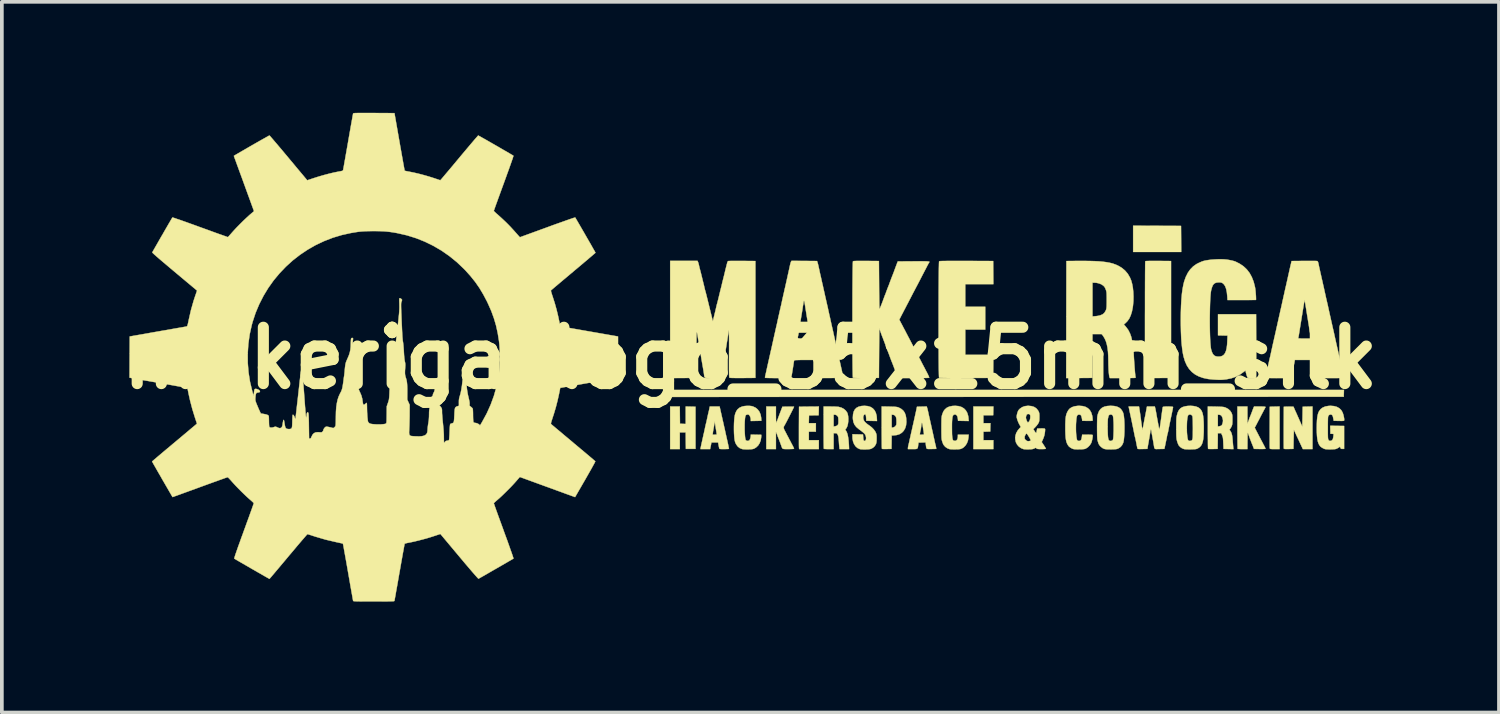
<source format=kicad_pcb>
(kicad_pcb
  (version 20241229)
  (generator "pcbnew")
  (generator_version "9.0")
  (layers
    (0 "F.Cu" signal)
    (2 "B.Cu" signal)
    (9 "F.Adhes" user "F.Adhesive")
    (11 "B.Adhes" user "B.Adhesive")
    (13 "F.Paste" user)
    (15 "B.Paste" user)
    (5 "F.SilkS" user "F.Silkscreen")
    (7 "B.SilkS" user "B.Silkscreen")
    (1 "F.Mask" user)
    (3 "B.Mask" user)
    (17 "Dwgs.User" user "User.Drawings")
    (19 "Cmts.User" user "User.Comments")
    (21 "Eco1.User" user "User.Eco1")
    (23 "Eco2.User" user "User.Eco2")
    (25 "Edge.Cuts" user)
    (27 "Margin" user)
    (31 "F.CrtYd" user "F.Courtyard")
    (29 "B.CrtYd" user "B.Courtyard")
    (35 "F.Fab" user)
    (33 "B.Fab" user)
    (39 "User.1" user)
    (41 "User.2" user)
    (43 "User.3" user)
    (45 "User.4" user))
  (footprint "makeriga_logo_35x15mm_silk"
    (layer "F.Cu")
    (at 17.243 6.634)
    (property "Reference" "makeriga_logo_35x15mm_silk" (at 0 0 0) (layer "F.SilkS") (effects (font (size 1.524 1.524) (thickness 0.3))))
    (attr through_hole)
    (fp_poly (pts (xy 16.045 1.045) (xy -2.17 1.05) (xy -2.17 0.86) (xy 16.051 0.86) (xy 16.045 1.045)) (stroke (width 0.01) (type solid)) (fill yes) (layer "F.SilkS"))
    (fp_poly (pts (xy 11.645 -3.575) (xy 11.648 -3.223) (xy 11.65 -2.87) (xy 10.35 -2.87) (xy 10.35 -3.58) (xy 11.645 -3.575)) (stroke (width 0.01) (type solid)) (fill yes) (layer "F.SilkS"))
    (fp_poly (pts (xy 6.565 1.545) (xy 6.3 1.545) (xy 6.3 1.76) (xy 6.491 1.76) (xy 6.488 1.873) (xy 6.485 1.985) (xy 6.3 1.991) (xy 6.3 2.22) (xy 6.57 2.22) (xy 6.57 2.46) (xy 6.03 2.46) (xy 6.03 1.31) (xy 6.571 1.31) (xy 6.565 1.545)) (stroke (width 0.01) (type solid)) (fill yes) (layer "F.SilkS"))
    (fp_poly (pts (xy -1.617 1.312) (xy -1.485 1.315) (xy -1.485 2.455) (xy -1.745 2.455) (xy -1.748 2.232) (xy -1.75 2.01) (xy -1.91 2.01) (xy -1.91 2.46) (xy -2.17 2.46) (xy -2.17 1.31) (xy -1.91 1.31) (xy -1.908 1.542) (xy -1.905 1.775) (xy -1.827 1.778) (xy -1.75 1.781) (xy -1.75 1.309) (xy -1.617 1.312)) (stroke (width 0.01) (type solid)) (fill yes) (layer "F.SilkS"))
    (fp_poly (pts (xy 14.31 2.46) (xy 14.18 2.46) (xy 14.127 2.46) (xy 14.091 2.459) (xy 14.068 2.457) (xy 14.055 2.453) (xy 14.048 2.447) (xy 14.045 2.438) (xy 14.045 2.438) (xy 14.044 2.423) (xy 14.043 2.391) (xy 14.042 2.343) (xy 14.042 2.281) (xy 14.042 2.206) (xy 14.042 2.12) (xy 14.042 2.026) (xy 14.042 1.925) (xy 14.042 1.865) (xy 14.045 1.315) (xy 14.178 1.312) (xy 14.31 1.309) (xy 14.31 2.46)) (stroke (width 0.01) (type solid)) (fill yes) (layer "F.SilkS"))
    (fp_poly (pts (xy 1.848 1.427) (xy 1.845 1.545) (xy 1.715 1.547) (xy 1.585 1.548) (xy 1.582 1.654) (xy 1.579 1.76) (xy 1.77 1.76) (xy 1.77 1.99) (xy 1.58 1.99) (xy 1.58 2.22) (xy 1.85 2.22) (xy 1.85 2.46) (xy 1.32 2.46) (xy 1.315 2.438) (xy 1.314 2.423) (xy 1.313 2.391) (xy 1.312 2.343) (xy 1.312 2.281) (xy 1.312 2.206) (xy 1.312 2.12) (xy 1.312 2.026) (xy 1.312 1.925) (xy 1.312 1.865) (xy 1.315 1.315) (xy 1.583 1.312) (xy 1.851 1.31) (xy 1.848 1.427)) (stroke (width 0.01) (type solid)) (fill yes) (layer "F.SilkS"))
    (fp_poly (pts (xy 10.972 -2.628) (xy 11.031 -2.628) (xy 11.375 -2.625) (xy 11.375 0.535) (xy 11.029 0.538) (xy 10.935 0.538) (xy 10.86 0.539) (xy 10.801 0.538) (xy 10.757 0.538) (xy 10.724 0.537) (xy 10.702 0.535) (xy 10.687 0.532) (xy 10.68 0.529) (xy 10.676 0.524) (xy 10.676 0.524) (xy 10.675 0.512) (xy 10.674 0.481) (xy 10.674 0.433) (xy 10.673 0.369) (xy 10.672 0.291) (xy 10.672 0.198) (xy 10.672 0.094) (xy 10.671 -0.021) (xy 10.671 -0.145) (xy 10.671 -0.278) (xy 10.67 -0.417) (xy 10.67 -0.562) (xy 10.67 -0.711) (xy 10.67 -0.863) (xy 10.67 -1.016) (xy 10.67 -1.17) (xy 10.671 -1.323) (xy 10.671 -1.473) (xy 10.671 -1.62) (xy 10.671 -1.761) (xy 10.672 -1.897) (xy 10.672 -2.025) (xy 10.673 -2.143) (xy 10.673 -2.252) (xy 10.674 -2.349) (xy 10.675 -2.433) (xy 10.675 -2.503) (xy 10.676 -2.558) (xy 10.677 -2.595) (xy 10.678 -2.615) (xy 10.678 -2.618) (xy 10.685 -2.621) (xy 10.7 -2.624) (xy 10.727 -2.626) (xy 10.765 -2.627) (xy 10.818 -2.628) (xy 10.886 -2.628) (xy 10.972 -2.628)) (stroke (width 0.01) (type solid)) (fill yes) (layer "F.SilkS"))
    (fp_poly (pts (xy 3.757 1.312) (xy 3.828 1.314) (xy 3.881 1.315) (xy 3.921 1.318) (xy 3.951 1.321) (xy 3.973 1.325) (xy 3.993 1.33) (xy 4.012 1.338) (xy 4.022 1.343) (xy 4.088 1.38) (xy 4.139 1.426) (xy 4.175 1.482) (xy 4.2 1.551) (xy 4.212 1.62) (xy 4.218 1.724) (xy 4.209 1.816) (xy 4.185 1.896) (xy 4.147 1.963) (xy 4.096 2.017) (xy 4.032 2.057) (xy 3.956 2.081) (xy 3.868 2.09) (xy 3.82 2.09) (xy 3.818 2.272) (xy 3.815 2.455) (xy 3.689 2.458) (xy 3.641 2.458) (xy 3.6 2.458) (xy 3.571 2.456) (xy 3.557 2.454) (xy 3.557 2.454) (xy 3.556 2.443) (xy 3.554 2.413) (xy 3.553 2.368) (xy 3.552 2.308) (xy 3.552 2.235) (xy 3.551 2.151) (xy 3.55 2.058) (xy 3.55 1.957) (xy 3.55 1.877) (xy 3.55 1.53) (xy 3.82 1.53) (xy 3.82 1.883) (xy 3.857 1.877) (xy 3.897 1.861) (xy 3.922 1.838) (xy 3.935 1.821) (xy 3.944 1.805) (xy 3.948 1.784) (xy 3.95 1.752) (xy 3.95 1.712) (xy 3.948 1.652) (xy 3.941 1.608) (xy 3.927 1.576) (xy 3.907 1.552) (xy 3.898 1.546) (xy 3.87 1.534) (xy 3.848 1.53) (xy 3.82 1.53) (xy 3.55 1.53) (xy 3.55 1.308) (xy 3.757 1.312)) (stroke (width 0.01) (type solid)) (fill yes) (layer "F.SilkS"))
    (fp_poly (pts (xy 5.708 -2.628) (xy 5.841 -2.628) (xy 6.565 -2.625) (xy 6.57 -2) (xy 5.81 -2) (xy 5.81 -1.39) (xy 6.35 -1.39) (xy 6.35 -0.77) (xy 5.81 -0.77) (xy 5.81 -0.09) (xy 6.57 -0.09) (xy 6.565 0.535) (xy 5.84 0.538) (xy 5.694 0.538) (xy 5.567 0.538) (xy 5.458 0.538) (xy 5.366 0.538) (xy 5.29 0.537) (xy 5.228 0.536) (xy 5.18 0.535) (xy 5.144 0.534) (xy 5.12 0.532) (xy 5.106 0.53) (xy 5.102 0.528) (xy 5.1 0.516) (xy 5.099 0.486) (xy 5.097 0.438) (xy 5.096 0.375) (xy 5.094 0.296) (xy 5.093 0.204) (xy 5.092 0.101) (xy 5.091 -0.014) (xy 5.091 -0.138) (xy 5.09 -0.271) (xy 5.089 -0.41) (xy 5.089 -0.555) (xy 5.089 -0.704) (xy 5.089 -0.856) (xy 5.089 -1.01) (xy 5.089 -1.164) (xy 5.089 -1.317) (xy 5.089 -1.467) (xy 5.09 -1.614) (xy 5.09 -1.756) (xy 5.091 -1.892) (xy 5.092 -2.02) (xy 5.093 -2.139) (xy 5.094 -2.248) (xy 5.095 -2.346) (xy 5.096 -2.431) (xy 5.098 -2.502) (xy 5.099 -2.557) (xy 5.101 -2.595) (xy 5.103 -2.616) (xy 5.104 -2.619) (xy 5.113 -2.621) (xy 5.134 -2.623) (xy 5.169 -2.625) (xy 5.219 -2.626) (xy 5.283 -2.627) (xy 5.363 -2.628) (xy 5.46 -2.628) (xy 5.575 -2.628) (xy 5.708 -2.628)) (stroke (width 0.01) (type solid)) (fill yes) (layer "F.SilkS"))
    (fp_poly (pts (xy 15.2 2.46) (xy 14.94 2.46) (xy 14.899 2.373) (xy 14.877 2.326) (xy 14.856 2.28) (xy 14.837 2.241) (xy 14.833 2.23) (xy 14.818 2.199) (xy 14.798 2.155) (xy 14.774 2.106) (xy 14.754 2.061) (xy 14.733 2.017) (xy 14.716 1.979) (xy 14.703 1.951) (xy 14.698 1.937) (xy 14.698 1.936) (xy 14.697 1.943) (xy 14.696 1.967) (xy 14.695 2.006) (xy 14.693 2.058) (xy 14.692 2.12) (xy 14.69 2.189) (xy 14.69 2.19) (xy 14.685 2.455) (xy 14.557 2.458) (xy 14.501 2.459) (xy 14.462 2.458) (xy 14.438 2.455) (xy 14.426 2.45) (xy 14.425 2.448) (xy 14.424 2.436) (xy 14.423 2.405) (xy 14.423 2.359) (xy 14.422 2.298) (xy 14.422 2.224) (xy 14.422 2.14) (xy 14.422 2.046) (xy 14.422 1.946) (xy 14.422 1.875) (xy 14.425 1.315) (xy 14.557 1.312) (xy 14.61 1.312) (xy 14.651 1.313) (xy 14.679 1.315) (xy 14.69 1.318) (xy 14.69 1.319) (xy 14.694 1.331) (xy 14.705 1.358) (xy 14.72 1.393) (xy 14.73 1.417) (xy 14.749 1.457) (xy 14.765 1.492) (xy 14.776 1.518) (xy 14.78 1.525) (xy 14.789 1.546) (xy 14.802 1.576) (xy 14.808 1.59) (xy 14.825 1.627) (xy 14.843 1.669) (xy 14.85 1.685) (xy 14.868 1.725) (xy 14.888 1.769) (xy 14.896 1.788) (xy 14.91 1.819) (xy 14.919 1.843) (xy 14.922 1.853) (xy 14.923 1.846) (xy 14.924 1.823) (xy 14.925 1.783) (xy 14.927 1.732) (xy 14.928 1.669) (xy 14.93 1.599) (xy 14.93 1.59) (xy 14.935 1.315) (xy 15.068 1.312) (xy 15.2 1.309) (xy 15.2 2.46)) (stroke (width 0.01) (type solid)) (fill yes) (layer "F.SilkS"))
    (fp_poly (pts (xy 2.221 1.311) (xy 2.28 1.312) (xy 2.332 1.315) (xy 2.372 1.317) (xy 2.391 1.32) (xy 2.464 1.341) (xy 2.527 1.375) (xy 2.579 1.42) (xy 2.616 1.472) (xy 2.63 1.508) (xy 2.643 1.57) (xy 2.648 1.639) (xy 2.646 1.709) (xy 2.637 1.777) (xy 2.623 1.836) (xy 2.602 1.884) (xy 2.592 1.899) (xy 2.563 1.934) (xy 2.593 1.977) (xy 2.612 2.018) (xy 2.63 2.076) (xy 2.644 2.149) (xy 2.655 2.235) (xy 2.662 2.332) (xy 2.663 2.342) (xy 2.668 2.46) (xy 2.411 2.46) (xy 2.406 2.417) (xy 2.403 2.391) (xy 2.399 2.35) (xy 2.395 2.3) (xy 2.392 2.247) (xy 2.391 2.245) (xy 2.387 2.184) (xy 2.381 2.14) (xy 2.374 2.107) (xy 2.365 2.081) (xy 2.361 2.072) (xy 2.347 2.047) (xy 2.333 2.034) (xy 2.312 2.03) (xy 2.295 2.03) (xy 2.25 2.03) (xy 2.25 2.46) (xy 2.122 2.46) (xy 2.073 2.46) (xy 2.032 2.458) (xy 2.002 2.456) (xy 1.987 2.454) (xy 1.987 2.453) (xy 1.985 2.442) (xy 1.984 2.413) (xy 1.983 2.368) (xy 1.982 2.308) (xy 1.981 2.235) (xy 1.981 2.151) (xy 1.98 2.058) (xy 1.98 1.957) (xy 1.98 1.878) (xy 1.98 1.85) (xy 2.25 1.85) (xy 2.292 1.844) (xy 2.334 1.831) (xy 2.357 1.813) (xy 2.368 1.799) (xy 2.375 1.782) (xy 2.379 1.758) (xy 2.38 1.721) (xy 2.38 1.699) (xy 2.379 1.656) (xy 2.376 1.618) (xy 2.371 1.593) (xy 2.369 1.587) (xy 2.342 1.553) (xy 2.305 1.533) (xy 2.283 1.53) (xy 2.25 1.53) (xy 2.25 1.85) (xy 1.98 1.85) (xy 1.98 1.31) (xy 2.159 1.31) (xy 2.221 1.311)) (stroke (width 0.01) (type solid)) (fill yes) (layer "F.SilkS"))
    (fp_poly (pts (xy -0.027 1.291) (xy 0.032 1.298) (xy 0.066 1.307) (xy 0.139 1.341) (xy 0.198 1.39) (xy 0.244 1.452) (xy 0.275 1.527) (xy 0.291 1.613) (xy 0.292 1.633) (xy 0.295 1.695) (xy 0.152 1.698) (xy 0.01 1.701) (xy 0.01 1.667) (xy 0.006 1.626) (xy -0.006 1.586) (xy -0.023 1.552) (xy -0.042 1.532) (xy -0.047 1.529) (xy -0.083 1.524) (xy -0.114 1.536) (xy -0.13 1.553) (xy -0.138 1.577) (xy -0.145 1.617) (xy -0.15 1.67) (xy -0.154 1.733) (xy -0.156 1.802) (xy -0.156 1.875) (xy -0.156 1.949) (xy -0.153 2.019) (xy -0.149 2.084) (xy -0.144 2.14) (xy -0.137 2.184) (xy -0.129 2.213) (xy -0.125 2.22) (xy -0.1 2.236) (xy -0.068 2.239) (xy -0.039 2.231) (xy -0.028 2.223) (xy -0.013 2.197) (xy -0.000117 2.161) (xy 0.008 2.121) (xy 0.01 2.097) (xy 0.01 2.069) (xy 0.295 2.075) (xy 0.292 2.135) (xy 0.279 2.221) (xy 0.251 2.297) (xy 0.209 2.363) (xy 0.154 2.415) (xy 0.114 2.44) (xy 0.091 2.451) (xy 0.068 2.458) (xy 0.041 2.462) (xy 0.004 2.465) (xy -0.046 2.467) (xy -0.06 2.467) (xy -0.112 2.467) (xy -0.16 2.466) (xy -0.199 2.463) (xy -0.222 2.46) (xy -0.287 2.434) (xy -0.342 2.391) (xy -0.386 2.331) (xy -0.41 2.281) (xy -0.422 2.238) (xy -0.431 2.179) (xy -0.438 2.107) (xy -0.443 2.026) (xy -0.445 1.939) (xy -0.445 1.85) (xy -0.443 1.763) (xy -0.438 1.68) (xy -0.431 1.606) (xy -0.421 1.544) (xy -0.409 1.5) (xy -0.38 1.432) (xy -0.343 1.381) (xy -0.295 1.342) (xy -0.233 1.314) (xy -0.208 1.306) (xy -0.154 1.296) (xy -0.091 1.291) (xy -0.027 1.291)) (stroke (width 0.01) (type solid)) (fill yes) (layer "F.SilkS"))
    (fp_poly (pts (xy 0.69 1.538) (xy 0.691 1.615) (xy 0.692 1.675) (xy 0.694 1.719) (xy 0.696 1.744) (xy 0.7 1.75) (xy 0.7 1.749) (xy 0.707 1.733) (xy 0.719 1.704) (xy 0.734 1.664) (xy 0.745 1.634) (xy 0.76 1.591) (xy 0.774 1.555) (xy 0.783 1.529) (xy 0.787 1.52) (xy 0.793 1.505) (xy 0.804 1.475) (xy 0.819 1.437) (xy 0.829 1.41) (xy 0.865 1.315) (xy 1.023 1.312) (xy 1.076 1.312) (xy 1.122 1.312) (xy 1.156 1.313) (xy 1.176 1.314) (xy 1.18 1.315) (xy 1.176 1.326) (xy 1.163 1.352) (xy 1.145 1.39) (xy 1.121 1.437) (xy 1.094 1.491) (xy 1.064 1.549) (xy 1.034 1.608) (xy 1.005 1.665) (xy 0.978 1.717) (xy 0.954 1.762) (xy 0.935 1.797) (xy 0.923 1.819) (xy 0.919 1.825) (xy 0.902 1.856) (xy 0.899 1.888) (xy 0.911 1.925) (xy 0.919 1.942) (xy 0.934 1.971) (xy 0.956 2.012) (xy 0.981 2.061) (xy 1.008 2.113) (xy 1.015 2.125) (xy 1.044 2.181) (xy 1.076 2.241) (xy 1.105 2.298) (xy 1.13 2.344) (xy 1.131 2.347) (xy 1.152 2.386) (xy 1.168 2.419) (xy 1.178 2.442) (xy 1.18 2.449) (xy 1.17 2.454) (xy 1.14 2.457) (xy 1.09 2.459) (xy 1.027 2.46) (xy 0.967 2.46) (xy 0.924 2.459) (xy 0.894 2.456) (xy 0.875 2.449) (xy 0.862 2.437) (xy 0.852 2.418) (xy 0.842 2.391) (xy 0.837 2.375) (xy 0.82 2.329) (xy 0.802 2.279) (xy 0.783 2.229) (xy 0.765 2.183) (xy 0.751 2.149) (xy 0.745 2.133) (xy 0.735 2.109) (xy 0.73 2.093) (xy 0.73 2.092) (xy 0.726 2.078) (xy 0.716 2.053) (xy 0.71 2.039) (xy 0.69 1.995) (xy 0.69 2.228) (xy 0.69 2.46) (xy 0.43 2.46) (xy 0.43 1.31) (xy 0.69 1.31) (xy 0.69 1.538)) (stroke (width 0.01) (type solid)) (fill yes) (layer "F.SilkS"))
    (fp_poly (pts (xy 5.629 1.298) (xy 5.708 1.322) (xy 5.774 1.361) (xy 5.826 1.415) (xy 5.865 1.483) (xy 5.889 1.565) (xy 5.897 1.621) (xy 5.903 1.701) (xy 5.759 1.698) (xy 5.615 1.695) (xy 5.61 1.64) (xy 5.6 1.586) (xy 5.581 1.549) (xy 5.555 1.528) (xy 5.523 1.525) (xy 5.507 1.529) (xy 5.491 1.538) (xy 5.478 1.554) (xy 5.468 1.578) (xy 5.461 1.611) (xy 5.456 1.658) (xy 5.452 1.718) (xy 5.45 1.794) (xy 5.45 1.885) (xy 5.451 1.979) (xy 5.452 2.055) (xy 5.456 2.115) (xy 5.461 2.161) (xy 5.468 2.194) (xy 5.478 2.216) (xy 5.491 2.23) (xy 5.505 2.236) (xy 5.545 2.238) (xy 5.576 2.222) (xy 5.598 2.191) (xy 5.609 2.143) (xy 5.61 2.115) (xy 5.61 2.07) (xy 5.903 2.07) (xy 5.897 2.143) (xy 5.883 2.228) (xy 5.854 2.304) (xy 5.812 2.368) (xy 5.759 2.419) (xy 5.724 2.44) (xy 5.701 2.45) (xy 5.679 2.458) (xy 5.653 2.462) (xy 5.618 2.465) (xy 5.57 2.466) (xy 5.545 2.467) (xy 5.493 2.467) (xy 5.446 2.466) (xy 5.409 2.464) (xy 5.386 2.461) (xy 5.385 2.461) (xy 5.322 2.436) (xy 5.267 2.397) (xy 5.226 2.348) (xy 5.216 2.332) (xy 5.206 2.308) (xy 5.193 2.273) (xy 5.184 2.245) (xy 5.178 2.225) (xy 5.174 2.204) (xy 5.171 2.179) (xy 5.168 2.147) (xy 5.167 2.105) (xy 5.166 2.051) (xy 5.165 1.983) (xy 5.165 1.898) (xy 5.165 1.89) (xy 5.165 1.803) (xy 5.166 1.734) (xy 5.167 1.679) (xy 5.168 1.636) (xy 5.171 1.604) (xy 5.174 1.578) (xy 5.178 1.556) (xy 5.183 1.537) (xy 5.184 1.535) (xy 5.202 1.483) (xy 5.219 1.444) (xy 5.24 1.411) (xy 5.262 1.385) (xy 5.313 1.341) (xy 5.379 1.311) (xy 5.461 1.294) (xy 5.538 1.29) (xy 5.629 1.298)) (stroke (width 0.01) (type solid)) (fill yes) (layer "F.SilkS"))
    (fp_poly (pts (xy 3.175 1.298) (xy 3.249 1.321) (xy 3.31 1.359) (xy 3.358 1.413) (xy 3.392 1.48) (xy 3.413 1.562) (xy 3.418 1.612) (xy 3.423 1.701) (xy 3.135 1.695) (xy 3.13 1.62) (xy 3.127 1.582) (xy 3.122 1.551) (xy 3.117 1.533) (xy 3.117 1.532) (xy 3.101 1.52) (xy 3.084 1.524) (xy 3.068 1.541) (xy 3.055 1.568) (xy 3.05 1.603) (xy 3.05 1.608) (xy 3.055 1.65) (xy 3.07 1.69) (xy 3.098 1.728) (xy 3.14 1.768) (xy 3.199 1.812) (xy 3.219 1.825) (xy 3.281 1.873) (xy 3.335 1.928) (xy 3.375 1.984) (xy 3.387 2.007) (xy 3.399 2.035) (xy 3.407 2.061) (xy 3.411 2.089) (xy 3.413 2.126) (xy 3.413 2.175) (xy 3.412 2.231) (xy 3.408 2.272) (xy 3.402 2.303) (xy 3.392 2.33) (xy 3.392 2.331) (xy 3.361 2.381) (xy 3.316 2.423) (xy 3.264 2.452) (xy 3.238 2.459) (xy 3.205 2.464) (xy 3.16 2.467) (xy 3.109 2.469) (xy 3.058 2.469) (xy 3.011 2.467) (xy 2.975 2.464) (xy 2.96 2.461) (xy 2.897 2.432) (xy 2.845 2.387) (xy 2.804 2.327) (xy 2.776 2.256) (xy 2.761 2.174) (xy 2.76 2.132) (xy 2.76 2.059) (xy 3.045 2.065) (xy 3.05 2.14) (xy 3.054 2.187) (xy 3.06 2.217) (xy 3.069 2.233) (xy 3.082 2.239) (xy 3.089 2.24) (xy 3.109 2.231) (xy 3.122 2.208) (xy 3.128 2.174) (xy 3.126 2.135) (xy 3.115 2.094) (xy 3.111 2.083) (xy 3.101 2.065) (xy 3.087 2.046) (xy 3.067 2.026) (xy 3.039 2.002) (xy 3 1.971) (xy 2.947 1.932) (xy 2.926 1.917) (xy 2.862 1.861) (xy 2.815 1.8) (xy 2.786 1.731) (xy 2.772 1.651) (xy 2.77 1.608) (xy 2.776 1.519) (xy 2.794 1.446) (xy 2.826 1.387) (xy 2.871 1.343) (xy 2.93 1.313) (xy 3.005 1.295) (xy 3.088 1.29) (xy 3.175 1.298)) (stroke (width 0.01) (type solid)) (fill yes) (layer "F.SilkS"))
    (fp_poly (pts (xy 12.582 1.312) (xy 12.655 1.314) (xy 12.71 1.316) (xy 12.752 1.318) (xy 12.783 1.321) (xy 12.808 1.325) (xy 12.829 1.331) (xy 12.85 1.339) (xy 12.852 1.339) (xy 12.922 1.377) (xy 12.975 1.425) (xy 13.011 1.482) (xy 13.021 1.507) (xy 13.028 1.53) (xy 13.032 1.558) (xy 13.034 1.595) (xy 13.034 1.645) (xy 13.034 1.665) (xy 13.034 1.721) (xy 13.032 1.762) (xy 13.029 1.792) (xy 13.023 1.816) (xy 13.014 1.84) (xy 13.011 1.847) (xy 12.995 1.879) (xy 12.978 1.905) (xy 12.969 1.915) (xy 12.958 1.927) (xy 12.957 1.938) (xy 12.968 1.956) (xy 12.974 1.964) (xy 12.996 1.998) (xy 13.012 2.038) (xy 13.025 2.086) (xy 13.034 2.146) (xy 13.04 2.213) (xy 13.044 2.268) (xy 13.049 2.323) (xy 13.053 2.369) (xy 13.056 2.402) (xy 13.056 2.403) (xy 13.063 2.461) (xy 12.795 2.455) (xy 12.788 2.299) (xy 12.785 2.237) (xy 12.782 2.191) (xy 12.778 2.156) (xy 12.772 2.129) (xy 12.764 2.105) (xy 12.756 2.087) (xy 12.731 2.03) (xy 12.64 2.03) (xy 12.638 2.243) (xy 12.635 2.455) (xy 12.509 2.458) (xy 12.461 2.458) (xy 12.42 2.458) (xy 12.391 2.456) (xy 12.377 2.454) (xy 12.377 2.454) (xy 12.376 2.443) (xy 12.374 2.413) (xy 12.373 2.368) (xy 12.372 2.308) (xy 12.372 2.235) (xy 12.371 2.151) (xy 12.37 2.058) (xy 12.37 1.957) (xy 12.37 1.877) (xy 12.37 1.53) (xy 12.64 1.53) (xy 12.64 1.851) (xy 12.678 1.844) (xy 12.709 1.836) (xy 12.734 1.826) (xy 12.736 1.825) (xy 12.752 1.805) (xy 12.766 1.772) (xy 12.776 1.732) (xy 12.78 1.692) (xy 12.777 1.666) (xy 12.77 1.631) (xy 12.765 1.613) (xy 12.745 1.568) (xy 12.716 1.541) (xy 12.677 1.53) (xy 12.67 1.53) (xy 12.64 1.53) (xy 12.37 1.53) (xy 12.37 1.308) (xy 12.582 1.312)) (stroke (width 0.01) (type solid)) (fill yes) (layer "F.SilkS"))
    (fp_poly (pts (xy 13.441 1.775) (xy 13.476 1.68) (xy 13.491 1.637) (xy 13.505 1.6) (xy 13.516 1.574) (xy 13.52 1.565) (xy 13.528 1.547) (xy 13.54 1.515) (xy 13.555 1.477) (xy 13.559 1.465) (xy 13.575 1.422) (xy 13.59 1.382) (xy 13.602 1.352) (xy 13.604 1.347) (xy 13.62 1.31) (xy 13.775 1.31) (xy 13.837 1.31) (xy 13.881 1.312) (xy 13.909 1.314) (xy 13.925 1.317) (xy 13.93 1.323) (xy 13.93 1.323) (xy 13.924 1.342) (xy 13.921 1.345) (xy 13.914 1.357) (xy 13.899 1.384) (xy 13.879 1.421) (xy 13.855 1.468) (xy 13.835 1.505) (xy 13.803 1.566) (xy 13.769 1.633) (xy 13.735 1.697) (xy 13.706 1.752) (xy 13.698 1.769) (xy 13.638 1.882) (xy 13.685 1.974) (xy 13.717 2.035) (xy 13.752 2.103) (xy 13.789 2.174) (xy 13.825 2.242) (xy 13.858 2.304) (xy 13.885 2.356) (xy 13.897 2.378) (xy 13.913 2.41) (xy 13.925 2.436) (xy 13.93 2.45) (xy 13.93 2.451) (xy 13.92 2.454) (xy 13.892 2.457) (xy 13.846 2.458) (xy 13.783 2.458) (xy 13.774 2.458) (xy 13.618 2.455) (xy 13.593 2.39) (xy 13.579 2.354) (xy 13.566 2.323) (xy 13.559 2.305) (xy 13.547 2.276) (xy 13.531 2.234) (xy 13.512 2.184) (xy 13.494 2.134) (xy 13.477 2.088) (xy 13.464 2.053) (xy 13.462 2.045) (xy 13.456 2.03) (xy 13.452 2.02) (xy 13.449 2.019) (xy 13.447 2.028) (xy 13.445 2.049) (xy 13.444 2.083) (xy 13.443 2.133) (xy 13.443 2.201) (xy 13.442 2.228) (xy 13.44 2.46) (xy 13.311 2.46) (xy 13.263 2.46) (xy 13.221 2.458) (xy 13.192 2.456) (xy 13.177 2.454) (xy 13.177 2.453) (xy 13.175 2.442) (xy 13.174 2.413) (xy 13.173 2.368) (xy 13.172 2.308) (xy 13.171 2.235) (xy 13.171 2.151) (xy 13.17 2.058) (xy 13.17 1.957) (xy 13.17 1.878) (xy 13.17 1.31) (xy 13.44 1.31) (xy 13.441 1.775)) (stroke (width 0.01) (type solid)) (fill yes) (layer "F.SilkS"))
    (fp_poly (pts (xy 8.984 1.297) (xy 9.063 1.319) (xy 9.128 1.356) (xy 9.179 1.407) (xy 9.217 1.473) (xy 9.242 1.554) (xy 9.25 1.6) (xy 9.253 1.639) (xy 9.255 1.671) (xy 9.253 1.69) (xy 9.252 1.692) (xy 9.239 1.695) (xy 9.211 1.697) (xy 9.17 1.698) (xy 9.121 1.698) (xy 9.109 1.698) (xy 8.975 1.695) (xy 8.964 1.627) (xy 8.953 1.579) (xy 8.939 1.548) (xy 8.92 1.532) (xy 8.892 1.527) (xy 8.89 1.527) (xy 8.868 1.529) (xy 8.85 1.537) (xy 8.837 1.553) (xy 8.826 1.58) (xy 8.818 1.619) (xy 8.812 1.672) (xy 8.807 1.742) (xy 8.804 1.793) (xy 8.803 1.859) (xy 8.803 1.928) (xy 8.805 1.997) (xy 8.809 2.062) (xy 8.815 2.121) (xy 8.822 2.169) (xy 8.83 2.203) (xy 8.835 2.217) (xy 8.856 2.235) (xy 8.883 2.24) (xy 8.914 2.236) (xy 8.935 2.222) (xy 8.95 2.196) (xy 8.96 2.154) (xy 8.962 2.141) (xy 8.972 2.07) (xy 9.111 2.07) (xy 9.161 2.071) (xy 9.204 2.072) (xy 9.236 2.075) (xy 9.253 2.078) (xy 9.254 2.079) (xy 9.257 2.096) (xy 9.255 2.127) (xy 9.249 2.167) (xy 9.241 2.21) (xy 9.231 2.251) (xy 9.22 2.285) (xy 9.216 2.295) (xy 9.18 2.353) (xy 9.13 2.406) (xy 9.075 2.443) (xy 9.055 2.452) (xy 9.032 2.458) (xy 9.001 2.462) (xy 8.96 2.465) (xy 8.905 2.466) (xy 8.852 2.467) (xy 8.803 2.466) (xy 8.764 2.463) (xy 8.738 2.46) (xy 8.738 2.46) (xy 8.697 2.445) (xy 8.655 2.421) (xy 8.62 2.395) (xy 8.609 2.384) (xy 8.583 2.348) (xy 8.562 2.308) (xy 8.545 2.262) (xy 8.533 2.207) (xy 8.524 2.14) (xy 8.519 2.06) (xy 8.516 1.964) (xy 8.516 1.89) (xy 8.516 1.79) (xy 8.519 1.707) (xy 8.523 1.638) (xy 8.53 1.581) (xy 8.541 1.533) (xy 8.555 1.491) (xy 8.573 1.452) (xy 8.595 1.413) (xy 8.598 1.408) (xy 8.639 1.362) (xy 8.696 1.327) (xy 8.768 1.303) (xy 8.852 1.291) (xy 8.892 1.29) (xy 8.984 1.297)) (stroke (width 0.01) (type solid)) (fill yes) (layer "F.SilkS"))
    (fp_poly (pts (xy 15.783 1.298) (xy 15.861 1.32) (xy 15.926 1.357) (xy 15.978 1.408) (xy 16.012 1.467) (xy 16.026 1.504) (xy 16.039 1.548) (xy 16.049 1.594) (xy 16.056 1.636) (xy 16.058 1.669) (xy 16.056 1.686) (xy 16.051 1.692) (xy 16.038 1.696) (xy 16.016 1.698) (xy 15.98 1.699) (xy 15.927 1.698) (xy 15.913 1.698) (xy 15.775 1.695) (xy 15.768 1.657) (xy 15.76 1.62) (xy 15.753 1.583) (xy 15.752 1.583) (xy 15.738 1.548) (xy 15.713 1.528) (xy 15.684 1.524) (xy 15.654 1.535) (xy 15.632 1.558) (xy 15.627 1.567) (xy 15.623 1.58) (xy 15.62 1.598) (xy 15.618 1.624) (xy 15.617 1.661) (xy 15.616 1.709) (xy 15.615 1.773) (xy 15.615 1.853) (xy 15.615 1.885) (xy 15.615 1.971) (xy 15.615 2.04) (xy 15.616 2.093) (xy 15.617 2.133) (xy 15.619 2.163) (xy 15.622 2.183) (xy 15.626 2.198) (xy 15.63 2.209) (xy 15.633 2.214) (xy 15.65 2.233) (xy 15.67 2.239) (xy 15.687 2.238) (xy 15.719 2.229) (xy 15.741 2.208) (xy 15.756 2.171) (xy 15.765 2.118) (xy 15.771 2.051) (xy 15.728 2.048) (xy 15.685 2.045) (xy 15.679 1.83) (xy 16.055 1.835) (xy 16.055 2.455) (xy 16.01 2.455) (xy 15.982 2.454) (xy 15.967 2.447) (xy 15.958 2.432) (xy 15.954 2.421) (xy 15.945 2.401) (xy 15.937 2.397) (xy 15.936 2.399) (xy 15.923 2.409) (xy 15.899 2.425) (xy 15.877 2.437) (xy 15.853 2.449) (xy 15.831 2.457) (xy 15.805 2.462) (xy 15.772 2.464) (xy 15.725 2.466) (xy 15.7 2.467) (xy 15.648 2.467) (xy 15.6 2.466) (xy 15.561 2.463) (xy 15.538 2.46) (xy 15.497 2.444) (xy 15.454 2.42) (xy 15.418 2.393) (xy 15.409 2.384) (xy 15.382 2.347) (xy 15.36 2.303) (xy 15.343 2.25) (xy 15.331 2.186) (xy 15.322 2.107) (xy 15.317 2.014) (xy 15.315 1.903) (xy 15.315 1.89) (xy 15.317 1.779) (xy 15.321 1.685) (xy 15.329 1.607) (xy 15.34 1.542) (xy 15.355 1.487) (xy 15.375 1.442) (xy 15.378 1.437) (xy 15.419 1.381) (xy 15.476 1.338) (xy 15.546 1.309) (xy 15.631 1.293) (xy 15.693 1.29) (xy 15.783 1.298)) (stroke (width 0.01) (type solid)) (fill yes) (layer "F.SilkS"))
    (fp_poly (pts (xy 4.784 1.362) (xy 4.795 1.404) (xy 4.805 1.449) (xy 4.809 1.465) (xy 4.815 1.498) (xy 4.825 1.542) (xy 4.836 1.591) (xy 4.84 1.61) (xy 4.853 1.665) (xy 4.866 1.725) (xy 4.878 1.779) (xy 4.881 1.79) (xy 4.892 1.844) (xy 4.906 1.905) (xy 4.918 1.959) (xy 4.918 1.96) (xy 4.928 2.002) (xy 4.94 2.057) (xy 4.953 2.119) (xy 4.967 2.18) (xy 4.969 2.19) (xy 4.981 2.244) (xy 4.992 2.295) (xy 5.002 2.336) (xy 5.009 2.364) (xy 5.011 2.37) (xy 5.018 2.401) (xy 5.023 2.429) (xy 5.023 2.43) (xy 5.025 2.455) (xy 4.897 2.458) (xy 4.842 2.459) (xy 4.803 2.458) (xy 4.778 2.453) (xy 4.763 2.441) (xy 4.755 2.419) (xy 4.75 2.386) (xy 4.745 2.347) (xy 4.738 2.279) (xy 4.642 2.282) (xy 4.545 2.285) (xy 4.537 2.347) (xy 4.532 2.392) (xy 4.526 2.423) (xy 4.515 2.443) (xy 4.498 2.454) (xy 4.47 2.459) (xy 4.427 2.46) (xy 4.385 2.46) (xy 4.26 2.46) (xy 4.26 2.433) (xy 4.263 2.404) (xy 4.27 2.371) (xy 4.271 2.365) (xy 4.278 2.336) (xy 4.288 2.295) (xy 4.298 2.251) (xy 4.3 2.24) (xy 4.311 2.189) (xy 4.325 2.129) (xy 4.337 2.072) (xy 4.338 2.07) (xy 4.58 2.07) (xy 4.633 2.07) (xy 4.664 2.069) (xy 4.685 2.067) (xy 4.692 2.065) (xy 4.692 2.054) (xy 4.69 2.028) (xy 4.685 1.992) (xy 4.684 1.983) (xy 4.675 1.932) (xy 4.667 1.878) (xy 4.66 1.835) (xy 4.651 1.786) (xy 4.644 1.757) (xy 4.638 1.747) (xy 4.633 1.757) (xy 4.627 1.786) (xy 4.621 1.826) (xy 4.615 1.872) (xy 4.609 1.914) (xy 4.603 1.945) (xy 4.6 1.955) (xy 4.593 1.985) (xy 4.587 2.021) (xy 4.586 2.027) (xy 4.58 2.07) (xy 4.338 2.07) (xy 4.34 2.06) (xy 4.351 2.01) (xy 4.363 1.96) (xy 4.372 1.917) (xy 4.375 1.905) (xy 4.383 1.867) (xy 4.394 1.819) (xy 4.406 1.767) (xy 4.41 1.75) (xy 4.444 1.596) (xy 4.474 1.461) (xy 4.487 1.4) (xy 4.505 1.315) (xy 4.637 1.312) (xy 4.768 1.309) (xy 4.784 1.362)) (stroke (width 0.01) (type solid)) (fill yes) (layer "F.SilkS"))
    (fp_poly (pts (xy 9.834 1.295) (xy 9.909 1.311) (xy 9.97 1.338) (xy 10.019 1.378) (xy 10.057 1.432) (xy 10.08 1.48) (xy 10.091 1.52) (xy 10.1 1.577) (xy 10.107 1.647) (xy 10.112 1.727) (xy 10.115 1.813) (xy 10.115 1.902) (xy 10.114 1.99) (xy 10.11 2.075) (xy 10.104 2.152) (xy 10.097 2.218) (xy 10.087 2.27) (xy 10.08 2.293) (xy 10.05 2.355) (xy 10.01 2.402) (xy 9.957 2.438) (xy 9.953 2.44) (xy 9.932 2.45) (xy 9.912 2.457) (xy 9.887 2.461) (xy 9.854 2.464) (xy 9.809 2.466) (xy 9.76 2.467) (xy 9.693 2.468) (xy 9.642 2.466) (xy 9.604 2.462) (xy 9.574 2.456) (xy 9.566 2.454) (xy 9.523 2.433) (xy 9.48 2.4) (xy 9.442 2.36) (xy 9.417 2.319) (xy 9.411 2.304) (xy 9.4 2.267) (xy 9.388 2.228) (xy 9.387 2.225) (xy 9.383 2.202) (xy 9.38 2.163) (xy 9.377 2.106) (xy 9.376 2.031) (xy 9.375 1.937) (xy 9.375 1.885) (xy 9.66 1.885) (xy 9.662 1.987) (xy 9.665 2.07) (xy 9.67 2.135) (xy 9.678 2.183) (xy 9.689 2.215) (xy 9.702 2.231) (xy 9.702 2.231) (xy 9.731 2.24) (xy 9.764 2.237) (xy 9.791 2.223) (xy 9.795 2.22) (xy 9.803 2.209) (xy 9.808 2.193) (xy 9.812 2.169) (xy 9.816 2.133) (xy 9.819 2.082) (xy 9.82 2.042) (xy 9.823 1.965) (xy 9.823 1.887) (xy 9.823 1.81) (xy 9.821 1.738) (xy 9.817 1.674) (xy 9.813 1.62) (xy 9.807 1.58) (xy 9.801 1.556) (xy 9.8 1.553) (xy 9.777 1.532) (xy 9.747 1.524) (xy 9.718 1.529) (xy 9.694 1.546) (xy 9.684 1.567) (xy 9.677 1.597) (xy 9.669 1.63) (xy 9.669 1.63) (xy 9.666 1.65) (xy 9.664 1.687) (xy 9.662 1.737) (xy 9.661 1.796) (xy 9.66 1.861) (xy 9.66 1.885) (xy 9.375 1.885) (xy 9.375 1.799) (xy 9.376 1.729) (xy 9.377 1.675) (xy 9.378 1.632) (xy 9.38 1.599) (xy 9.383 1.572) (xy 9.387 1.549) (xy 9.393 1.528) (xy 9.397 1.511) (xy 9.425 1.44) (xy 9.463 1.384) (xy 9.511 1.342) (xy 9.572 1.313) (xy 9.647 1.296) (xy 9.738 1.29) (xy 9.743 1.29) (xy 9.834 1.295)) (stroke (width 0.01) (type solid)) (fill yes) (layer "F.SilkS"))
    (fp_poly (pts (xy 11.975 1.295) (xy 12.044 1.308) (xy 12.103 1.33) (xy 12.125 1.344) (xy 12.16 1.372) (xy 12.188 1.406) (xy 12.211 1.448) (xy 12.229 1.499) (xy 12.242 1.561) (xy 12.251 1.636) (xy 12.257 1.726) (xy 12.26 1.834) (xy 12.26 1.881) (xy 12.259 1.998) (xy 12.254 2.097) (xy 12.247 2.18) (xy 12.235 2.249) (xy 12.218 2.305) (xy 12.197 2.351) (xy 12.169 2.388) (xy 12.136 2.418) (xy 12.095 2.443) (xy 12.095 2.443) (xy 12.076 2.452) (xy 12.056 2.458) (xy 12.029 2.462) (xy 11.992 2.464) (xy 11.941 2.466) (xy 11.91 2.467) (xy 11.855 2.467) (xy 11.804 2.466) (xy 11.761 2.464) (xy 11.733 2.461) (xy 11.728 2.46) (xy 11.672 2.438) (xy 11.622 2.403) (xy 11.584 2.361) (xy 11.569 2.332) (xy 11.553 2.291) (xy 11.539 2.248) (xy 11.538 2.243) (xy 11.531 2.218) (xy 11.526 2.192) (xy 11.523 2.164) (xy 11.52 2.13) (xy 11.518 2.087) (xy 11.517 2.032) (xy 11.517 1.963) (xy 11.516 1.895) (xy 11.516 1.851) (xy 11.802 1.851) (xy 11.802 1.927) (xy 11.804 2.002) (xy 11.809 2.07) (xy 11.815 2.131) (xy 11.823 2.179) (xy 11.833 2.211) (xy 11.836 2.218) (xy 11.85 2.233) (xy 11.87 2.239) (xy 11.893 2.238) (xy 11.922 2.233) (xy 11.939 2.222) (xy 11.95 2.205) (xy 11.954 2.193) (xy 11.958 2.175) (xy 11.961 2.149) (xy 11.963 2.113) (xy 11.964 2.065) (xy 11.964 2.002) (xy 11.965 1.923) (xy 11.965 1.885) (xy 11.964 1.787) (xy 11.963 1.709) (xy 11.961 1.648) (xy 11.958 1.604) (xy 11.955 1.577) (xy 11.952 1.567) (xy 11.932 1.541) (xy 11.904 1.526) (xy 11.874 1.525) (xy 11.847 1.536) (xy 11.831 1.558) (xy 11.821 1.594) (xy 11.813 1.644) (xy 11.807 1.706) (xy 11.804 1.776) (xy 11.802 1.851) (xy 11.516 1.851) (xy 11.516 1.81) (xy 11.517 1.742) (xy 11.518 1.687) (xy 11.52 1.644) (xy 11.523 1.609) (xy 11.527 1.579) (xy 11.533 1.552) (xy 11.534 1.545) (xy 11.558 1.465) (xy 11.59 1.403) (xy 11.63 1.359) (xy 11.636 1.354) (xy 11.686 1.325) (xy 11.751 1.305) (xy 11.823 1.293) (xy 11.9 1.29) (xy 11.975 1.295)) (stroke (width 0.01) (type solid)) (fill yes) (layer "F.SilkS"))
    (fp_poly (pts (xy -0.821 1.363) (xy -0.813 1.398) (xy -0.803 1.444) (xy -0.792 1.492) (xy -0.79 1.5) (xy -0.779 1.551) (xy -0.765 1.611) (xy -0.753 1.668) (xy -0.75 1.68) (xy -0.738 1.73) (xy -0.727 1.78) (xy -0.717 1.823) (xy -0.715 1.835) (xy -0.706 1.873) (xy -0.695 1.921) (xy -0.684 1.973) (xy -0.68 1.99) (xy -0.662 2.073) (xy -0.644 2.153) (xy -0.627 2.229) (xy -0.612 2.297) (xy -0.599 2.356) (xy -0.59 2.403) (xy -0.583 2.436) (xy -0.58 2.452) (xy -0.58 2.453) (xy -0.589 2.455) (xy -0.615 2.458) (xy -0.653 2.459) (xy -0.7 2.46) (xy -0.71 2.46) (xy -0.763 2.46) (xy -0.799 2.459) (xy -0.822 2.457) (xy -0.835 2.453) (xy -0.841 2.447) (xy -0.844 2.438) (xy -0.844 2.438) (xy -0.848 2.416) (xy -0.855 2.383) (xy -0.861 2.348) (xy -0.874 2.28) (xy -0.967 2.28) (xy -1.01 2.28) (xy -1.038 2.282) (xy -1.053 2.285) (xy -1.059 2.291) (xy -1.06 2.3) (xy -1.062 2.322) (xy -1.068 2.353) (xy -1.07 2.362) (xy -1.077 2.396) (xy -1.084 2.427) (xy -1.085 2.433) (xy -1.09 2.46) (xy -1.351 2.46) (xy -1.344 2.422) (xy -1.342 2.407) (xy -1.337 2.386) (xy -1.331 2.357) (xy -1.323 2.318) (xy -1.311 2.267) (xy -1.297 2.202) (xy -1.279 2.122) (xy -1.267 2.07) (xy -1.022 2.07) (xy -0.966 2.07) (xy -0.936 2.069) (xy -0.915 2.066) (xy -0.91 2.062) (xy -0.912 2.05) (xy -0.916 2.022) (xy -0.922 1.985) (xy -0.926 1.96) (xy -0.935 1.906) (xy -0.944 1.848) (xy -0.952 1.796) (xy -0.954 1.785) (xy -0.967 1.705) (xy -0.974 1.765) (xy -0.98 1.808) (xy -0.988 1.858) (xy -0.995 1.895) (xy -1.003 1.94) (xy -1.011 1.986) (xy -1.015 2.018) (xy -1.022 2.07) (xy -1.267 2.07) (xy -1.258 2.03) (xy -1.247 1.979) (xy -1.235 1.925) (xy -1.226 1.879) (xy -1.225 1.875) (xy -1.216 1.834) (xy -1.207 1.795) (xy -1.201 1.77) (xy -1.195 1.747) (xy -1.186 1.709) (xy -1.176 1.662) (xy -1.165 1.611) (xy -1.165 1.61) (xy -1.154 1.56) (xy -1.144 1.514) (xy -1.135 1.477) (xy -1.13 1.455) (xy -1.13 1.455) (xy -1.123 1.428) (xy -1.115 1.391) (xy -1.11 1.367) (xy -1.099 1.31) (xy -0.833 1.31) (xy -0.821 1.363)) (stroke (width 0.01) (type solid)) (fill yes) (layer "F.SilkS"))
    (fp_poly (pts (xy 9.176 -2.626) (xy 9.311 -2.622) (xy 9.43 -2.616) (xy 9.535 -2.606) (xy 9.628 -2.594) (xy 9.71 -2.579) (xy 9.783 -2.562) (xy 9.817 -2.551) (xy 9.937 -2.503) (xy 10.041 -2.442) (xy 10.13 -2.368) (xy 10.204 -2.281) (xy 10.263 -2.181) (xy 10.296 -2.102) (xy 10.322 -2.01) (xy 10.342 -1.904) (xy 10.354 -1.788) (xy 10.359 -1.666) (xy 10.357 -1.543) (xy 10.346 -1.422) (xy 10.34 -1.376) (xy 10.317 -1.259) (xy 10.286 -1.159) (xy 10.248 -1.075) (xy 10.199 -1.004) (xy 10.141 -0.945) (xy 10.126 -0.933) (xy 10.098 -0.91) (xy 10.151 -0.851) (xy 10.216 -0.764) (xy 10.267 -0.663) (xy 10.297 -0.579) (xy 10.311 -0.52) (xy 10.326 -0.448) (xy 10.339 -0.367) (xy 10.351 -0.284) (xy 10.359 -0.204) (xy 10.365 -0.133) (xy 10.368 -0.06) (xy 10.373 0.018) (xy 10.378 0.098) (xy 10.384 0.179) (xy 10.389 0.256) (xy 10.395 0.326) (xy 10.4 0.388) (xy 10.405 0.436) (xy 10.408 0.47) (xy 10.41 0.479) (xy 10.414 0.508) (xy 10.415 0.528) (xy 10.414 0.532) (xy 10.403 0.534) (xy 10.374 0.536) (xy 10.331 0.537) (xy 10.274 0.538) (xy 10.206 0.539) (xy 10.13 0.54) (xy 10.064 0.54) (xy 9.72 0.54) (xy 9.711 0.517) (xy 9.704 0.492) (xy 9.698 0.45) (xy 9.692 0.395) (xy 9.687 0.329) (xy 9.684 0.258) (xy 9.681 0.183) (xy 9.68 0.108) (xy 9.68 0.099) (xy 9.677 -0.043) (xy 9.67 -0.169) (xy 9.657 -0.278) (xy 9.638 -0.373) (xy 9.613 -0.456) (xy 9.581 -0.528) (xy 9.543 -0.592) (xy 9.528 -0.613) (xy 9.498 -0.65) (xy 9.25 -0.65) (xy 9.245 0.535) (xy 8.892 0.538) (xy 8.54 0.54) (xy 8.542 -1.042) (xy 8.544 -2.04) (xy 9.25 -2.04) (xy 9.25 -1.127) (xy 9.324 -1.133) (xy 9.372 -1.138) (xy 9.423 -1.147) (xy 9.459 -1.156) (xy 9.522 -1.182) (xy 9.571 -1.223) (xy 9.606 -1.279) (xy 9.615 -1.3) (xy 9.622 -1.321) (xy 9.627 -1.342) (xy 9.63 -1.368) (xy 9.633 -1.401) (xy 9.634 -1.445) (xy 9.635 -1.503) (xy 9.635 -1.57) (xy 9.635 -1.642) (xy 9.634 -1.697) (xy 9.633 -1.739) (xy 9.631 -1.771) (xy 9.627 -1.796) (xy 9.622 -1.818) (xy 9.615 -1.841) (xy 9.61 -1.854) (xy 9.591 -1.9) (xy 9.568 -1.935) (xy 9.541 -1.961) (xy 9.491 -1.995) (xy 9.428 -2.02) (xy 9.36 -2.036) (xy 9.306 -2.04) (xy 9.25 -2.04) (xy 8.544 -2.04) (xy 8.545 -2.625) (xy 8.855 -2.628) (xy 9.025 -2.628) (xy 9.176 -2.626)) (stroke (width 0.01) (type solid)) (fill yes) (layer "F.SilkS"))
    (fp_poly (pts (xy 7.599 1.298) (xy 7.671 1.32) (xy 7.73 1.358) (xy 7.775 1.411) (xy 7.79 1.436) (xy 7.801 1.46) (xy 7.809 1.484) (xy 7.813 1.512) (xy 7.815 1.549) (xy 7.815 1.595) (xy 7.814 1.646) (xy 7.812 1.682) (xy 7.808 1.709) (xy 7.8 1.733) (xy 7.79 1.755) (xy 7.77 1.786) (xy 7.742 1.824) (xy 7.71 1.86) (xy 7.707 1.863) (xy 7.65 1.922) (xy 7.686 1.977) (xy 7.705 2.004) (xy 7.72 2.021) (xy 7.727 2.026) (xy 7.732 2.014) (xy 7.739 1.989) (xy 7.744 1.963) (xy 7.756 1.905) (xy 7.84 1.902) (xy 7.883 1.901) (xy 7.92 1.902) (xy 7.945 1.904) (xy 7.949 1.905) (xy 7.961 1.909) (xy 7.967 1.916) (xy 7.97 1.932) (xy 7.968 1.959) (xy 7.966 1.987) (xy 7.958 2.045) (xy 7.946 2.1) (xy 7.926 2.158) (xy 7.903 2.213) (xy 7.877 2.27) (xy 7.934 2.355) (xy 7.957 2.392) (xy 7.976 2.422) (xy 7.988 2.443) (xy 7.99 2.45) (xy 7.98 2.454) (xy 7.953 2.458) (xy 7.91 2.46) (xy 7.872 2.46) (xy 7.82 2.46) (xy 7.785 2.458) (xy 7.762 2.455) (xy 7.747 2.45) (xy 7.737 2.442) (xy 7.736 2.441) (xy 7.724 2.429) (xy 7.713 2.427) (xy 7.696 2.433) (xy 7.677 2.443) (xy 7.654 2.453) (xy 7.628 2.46) (xy 7.595 2.464) (xy 7.549 2.466) (xy 7.525 2.467) (xy 7.477 2.467) (xy 7.433 2.466) (xy 7.4 2.463) (xy 7.385 2.461) (xy 7.318 2.434) (xy 7.259 2.392) (xy 7.212 2.338) (xy 7.18 2.276) (xy 7.177 2.268) (xy 7.161 2.186) (xy 7.163 2.155) (xy 7.412 2.155) (xy 7.423 2.192) (xy 7.454 2.223) (xy 7.46 2.228) (xy 7.489 2.244) (xy 7.518 2.247) (xy 7.535 2.245) (xy 7.562 2.239) (xy 7.581 2.232) (xy 7.583 2.231) (xy 7.581 2.22) (xy 7.571 2.197) (xy 7.554 2.166) (xy 7.534 2.131) (xy 7.513 2.097) (xy 7.493 2.067) (xy 7.478 2.047) (xy 7.47 2.04) (xy 7.456 2.049) (xy 7.439 2.071) (xy 7.424 2.101) (xy 7.419 2.112) (xy 7.412 2.155) (xy 7.163 2.155) (xy 7.165 2.106) (xy 7.188 2.028) (xy 7.231 1.954) (xy 7.273 1.904) (xy 7.312 1.862) (xy 7.278 1.803) (xy 7.253 1.755) (xy 7.231 1.702) (xy 7.213 1.65) (xy 7.204 1.611) (xy 7.45 1.611) (xy 7.454 1.637) (xy 7.463 1.669) (xy 7.476 1.7) (xy 7.489 1.726) (xy 7.501 1.739) (xy 7.504 1.74) (xy 7.517 1.733) (xy 7.535 1.714) (xy 7.54 1.708) (xy 7.556 1.676) (xy 7.566 1.634) (xy 7.57 1.59) (xy 7.567 1.551) (xy 7.561 1.531) (xy 7.542 1.515) (xy 7.515 1.51) (xy 7.487 1.516) (xy 7.483 1.518) (xy 7.469 1.536) (xy 7.457 1.566) (xy 7.45 1.601) (xy 7.45 1.611) (xy 7.204 1.611) (xy 7.202 1.604) (xy 7.2 1.579) (xy 7.203 1.553) (xy 7.21 1.516) (xy 7.22 1.479) (xy 7.235 1.438) (xy 7.251 1.408) (xy 7.276 1.38) (xy 7.289 1.368) (xy 7.35 1.326) (xy 7.42 1.3) (xy 7.503 1.29) (xy 7.514 1.29) (xy 7.599 1.298)) (stroke (width 0.01) (type solid)) (fill yes) (layer "F.SilkS"))
    (fp_poly (pts (xy 11.32 1.31) (xy 11.362 1.311) (xy 11.398 1.314) (xy 11.422 1.318) (xy 11.43 1.323) (xy 11.427 1.338) (xy 11.422 1.367) (xy 11.416 1.4) (xy 11.407 1.44) (xy 11.397 1.49) (xy 11.386 1.543) (xy 11.381 1.565) (xy 11.369 1.622) (xy 11.356 1.686) (xy 11.343 1.745) (xy 11.34 1.76) (xy 11.329 1.815) (xy 11.317 1.874) (xy 11.306 1.929) (xy 11.304 1.94) (xy 11.297 1.979) (xy 11.29 2.01) (xy 11.285 2.029) (xy 11.284 2.032) (xy 11.28 2.045) (xy 11.273 2.072) (xy 11.266 2.108) (xy 11.265 2.112) (xy 11.257 2.159) (xy 11.245 2.216) (xy 11.232 2.278) (xy 11.22 2.338) (xy 11.209 2.39) (xy 11.202 2.42) (xy 11.194 2.455) (xy 11.062 2.458) (xy 11.009 2.459) (xy 10.972 2.46) (xy 10.947 2.456) (xy 10.932 2.445) (xy 10.922 2.424) (xy 10.916 2.391) (xy 10.908 2.342) (xy 10.905 2.325) (xy 10.897 2.275) (xy 10.886 2.214) (xy 10.875 2.153) (xy 10.87 2.125) (xy 10.861 2.075) (xy 10.852 2.029) (xy 10.846 1.991) (xy 10.843 1.972) (xy 10.838 1.947) (xy 10.833 1.932) (xy 10.83 1.93) (xy 10.826 1.939) (xy 10.82 1.963) (xy 10.813 1.998) (xy 10.812 2.007) (xy 10.805 2.051) (xy 10.796 2.106) (xy 10.786 2.164) (xy 10.779 2.2) (xy 10.77 2.254) (xy 10.76 2.31) (xy 10.751 2.359) (xy 10.747 2.385) (xy 10.735 2.455) (xy 10.603 2.458) (xy 10.549 2.459) (xy 10.512 2.459) (xy 10.489 2.457) (xy 10.475 2.454) (xy 10.469 2.449) (xy 10.466 2.44) (xy 10.465 2.438) (xy 10.457 2.401) (xy 10.446 2.349) (xy 10.434 2.287) (xy 10.425 2.24) (xy 10.417 2.202) (xy 10.41 2.17) (xy 10.405 2.151) (xy 10.404 2.15) (xy 10.4 2.133) (xy 10.393 2.103) (xy 10.385 2.065) (xy 10.384 2.06) (xy 10.375 2.014) (xy 10.364 1.959) (xy 10.353 1.904) (xy 10.35 1.89) (xy 10.339 1.837) (xy 10.327 1.781) (xy 10.317 1.732) (xy 10.315 1.72) (xy 10.305 1.671) (xy 10.293 1.617) (xy 10.285 1.577) (xy 10.272 1.519) (xy 10.259 1.459) (xy 10.247 1.403) (xy 10.238 1.358) (xy 10.235 1.343) (xy 10.228 1.31) (xy 10.509 1.31) (xy 10.514 1.343) (xy 10.518 1.369) (xy 10.524 1.407) (xy 10.53 1.445) (xy 10.536 1.486) (xy 10.544 1.538) (xy 10.551 1.594) (xy 10.556 1.625) (xy 10.562 1.675) (xy 10.569 1.729) (xy 10.577 1.784) (xy 10.584 1.836) (xy 10.591 1.882) (xy 10.596 1.916) (xy 10.6 1.937) (xy 10.601 1.94) (xy 10.603 1.934) (xy 10.609 1.911) (xy 10.616 1.874) (xy 10.625 1.827) (xy 10.635 1.772) (xy 10.645 1.72) (xy 10.653 1.675) (xy 10.661 1.633) (xy 10.668 1.6) (xy 10.669 1.595) (xy 10.675 1.569) (xy 10.683 1.53) (xy 10.692 1.481) (xy 10.701 1.433) (xy 10.724 1.31) (xy 10.936 1.31) (xy 10.948 1.357) (xy 10.956 1.395) (xy 10.965 1.44) (xy 10.97 1.465) (xy 10.976 1.501) (xy 10.984 1.549) (xy 10.994 1.602) (xy 11 1.635) (xy 11.011 1.694) (xy 11.023 1.759) (xy 11.035 1.821) (xy 11.039 1.845) (xy 11.048 1.891) (xy 11.055 1.918) (xy 11.06 1.925) (xy 11.063 1.92) (xy 11.069 1.891) (xy 11.076 1.85) (xy 11.084 1.797) (xy 11.094 1.728) (xy 11.106 1.645) (xy 11.119 1.544) (xy 11.135 1.429) (xy 11.141 1.386) (xy 11.147 1.351) (xy 11.152 1.327) (xy 11.154 1.321) (xy 11.167 1.316) (xy 11.194 1.313) (xy 11.231 1.31) (xy 11.275 1.309) (xy 11.32 1.31)) (stroke (width 0.01) (type solid)) (fill yes) (layer "F.SilkS"))
    (fp_poly (pts (xy 12.82 -2.67) (xy 12.888 -2.663) (xy 12.959 -2.651) (xy 13.027 -2.637) (xy 13.085 -2.621) (xy 13.115 -2.611) (xy 13.232 -2.552) (xy 13.335 -2.482) (xy 13.424 -2.398) (xy 13.499 -2.301) (xy 13.56 -2.189) (xy 13.609 -2.063) (xy 13.645 -1.921) (xy 13.645 -1.92) (xy 13.651 -1.886) (xy 13.657 -1.842) (xy 13.662 -1.791) (xy 13.666 -1.738) (xy 13.67 -1.687) (xy 13.672 -1.641) (xy 13.673 -1.604) (xy 13.673 -1.58) (xy 13.671 -1.574) (xy 13.66 -1.573) (xy 13.632 -1.572) (xy 13.588 -1.572) (xy 13.53 -1.571) (xy 13.462 -1.57) (xy 13.384 -1.57) (xy 13.3 -1.57) (xy 13.285 -1.57) (xy 12.902 -1.57) (xy 12.895 -1.677) (xy 12.884 -1.782) (xy 12.866 -1.869) (xy 12.841 -1.938) (xy 12.809 -1.99) (xy 12.77 -2.026) (xy 12.76 -2.032) (xy 12.733 -2.043) (xy 12.702 -2.048) (xy 12.659 -2.048) (xy 12.655 -2.048) (xy 12.602 -2.042) (xy 12.56 -2.026) (xy 12.527 -2) (xy 12.5 -1.96) (xy 12.479 -1.905) (xy 12.459 -1.832) (xy 12.451 -1.784) (xy 12.444 -1.718) (xy 12.438 -1.638) (xy 12.433 -1.545) (xy 12.429 -1.442) (xy 12.426 -1.331) (xy 12.424 -1.214) (xy 12.422 -1.093) (xy 12.422 -0.972) (xy 12.423 -0.851) (xy 12.425 -0.734) (xy 12.428 -0.623) (xy 12.432 -0.521) (xy 12.437 -0.428) (xy 12.443 -0.349) (xy 12.45 -0.284) (xy 12.458 -0.237) (xy 12.459 -0.234) (xy 12.481 -0.163) (xy 12.507 -0.11) (xy 12.539 -0.074) (xy 12.58 -0.051) (xy 12.631 -0.041) (xy 12.659 -0.04) (xy 12.717 -0.045) (xy 12.765 -0.062) (xy 12.805 -0.092) (xy 12.836 -0.136) (xy 12.861 -0.195) (xy 12.879 -0.269) (xy 12.891 -0.362) (xy 12.896 -0.452) (xy 12.903 -0.609) (xy 12.645 -0.615) (xy 12.645 -1.185) (xy 13.675 -1.185) (xy 13.678 -0.345) (xy 13.678 -0.217) (xy 13.678 -0.094) (xy 13.678 0.022) (xy 13.678 0.13) (xy 13.678 0.227) (xy 13.678 0.313) (xy 13.677 0.386) (xy 13.677 0.444) (xy 13.676 0.487) (xy 13.676 0.512) (xy 13.675 0.517) (xy 13.672 0.527) (xy 13.665 0.534) (xy 13.651 0.538) (xy 13.626 0.539) (xy 13.586 0.54) (xy 13.56 0.54) (xy 13.505 0.539) (xy 13.468 0.536) (xy 13.448 0.531) (xy 13.443 0.527) (xy 13.436 0.51) (xy 13.425 0.48) (xy 13.414 0.443) (xy 13.403 0.404) (xy 13.395 0.371) (xy 13.391 0.349) (xy 13.39 0.347) (xy 13.387 0.34) (xy 13.376 0.344) (xy 13.355 0.36) (xy 13.34 0.372) (xy 13.241 0.444) (xy 13.129 0.503) (xy 13.006 0.546) (xy 12.874 0.573) (xy 12.817 0.58) (xy 12.776 0.584) (xy 12.743 0.586) (xy 12.713 0.587) (xy 12.682 0.587) (xy 12.646 0.586) (xy 12.599 0.584) (xy 12.537 0.58) (xy 12.525 0.58) (xy 12.378 0.565) (xy 12.246 0.537) (xy 12.129 0.496) (xy 12.027 0.443) (xy 11.939 0.375) (xy 11.864 0.293) (xy 11.801 0.196) (xy 11.751 0.084) (xy 11.713 -0.043) (xy 11.694 -0.135) (xy 11.676 -0.257) (xy 11.661 -0.393) (xy 11.65 -0.546) (xy 11.643 -0.717) (xy 11.639 -0.905) (xy 11.638 -1.025) (xy 11.64 -1.232) (xy 11.646 -1.42) (xy 11.656 -1.589) (xy 11.669 -1.74) (xy 11.687 -1.872) (xy 11.709 -1.987) (xy 11.728 -2.065) (xy 11.773 -2.194) (xy 11.829 -2.306) (xy 11.896 -2.401) (xy 11.974 -2.48) (xy 12.063 -2.543) (xy 12.128 -2.576) (xy 12.162 -2.591) (xy 12.191 -2.604) (xy 12.205 -2.61) (xy 12.252 -2.626) (xy 12.316 -2.641) (xy 12.392 -2.653) (xy 12.476 -2.663) (xy 12.566 -2.669) (xy 12.656 -2.673) (xy 12.744 -2.673) (xy 12.82 -2.67)) (stroke (width 0.01) (type solid)) (fill yes) (layer "F.SilkS"))
    (fp_poly (pts (xy -1.416 -2.596) (xy -1.406 -2.567) (xy -1.396 -2.528) (xy -1.39 -2.503) (xy -1.382 -2.466) (xy -1.374 -2.431) (xy -1.369 -2.415) (xy -1.364 -2.396) (xy -1.357 -2.369) (xy -1.347 -2.332) (xy -1.334 -2.281) (xy -1.318 -2.214) (xy -1.314 -2.2) (xy -1.305 -2.163) (xy -1.294 -2.116) (xy -1.282 -2.068) (xy -1.28 -2.06) (xy -1.268 -2.011) (xy -1.255 -1.959) (xy -1.245 -1.915) (xy -1.244 -1.91) (xy -1.235 -1.872) (xy -1.227 -1.839) (xy -1.221 -1.82) (xy -1.217 -1.805) (xy -1.208 -1.773) (xy -1.196 -1.726) (xy -1.181 -1.666) (xy -1.163 -1.595) (xy -1.144 -1.516) (xy -1.123 -1.431) (xy -1.114 -1.395) (xy -1.016 -0.996) (xy -0.998 -1.07) (xy -0.986 -1.118) (xy -0.973 -1.174) (xy -0.96 -1.226) (xy -0.959 -1.23) (xy -0.947 -1.279) (xy -0.935 -1.331) (xy -0.925 -1.375) (xy -0.924 -1.38) (xy -0.915 -1.419) (xy -0.906 -1.454) (xy -0.9 -1.475) (xy -0.895 -1.494) (xy -0.886 -1.529) (xy -0.874 -1.576) (xy -0.86 -1.632) (xy -0.846 -1.692) (xy -0.845 -1.695) (xy -0.83 -1.756) (xy -0.817 -1.812) (xy -0.805 -1.859) (xy -0.796 -1.895) (xy -0.791 -1.915) (xy -0.791 -1.915) (xy -0.782 -1.947) (xy -0.775 -1.98) (xy -0.768 -2.011) (xy -0.759 -2.049) (xy -0.755 -2.065) (xy -0.748 -2.091) (xy -0.738 -2.132) (xy -0.725 -2.184) (xy -0.71 -2.243) (xy -0.695 -2.305) (xy -0.681 -2.366) (xy -0.667 -2.422) (xy -0.655 -2.469) (xy -0.646 -2.505) (xy -0.641 -2.525) (xy -0.641 -2.525) (xy -0.632 -2.558) (xy -0.625 -2.588) (xy -0.613 -2.615) (xy -0.597 -2.625) (xy -0.582 -2.626) (xy -0.55 -2.627) (xy -0.502 -2.628) (xy -0.442 -2.628) (xy -0.371 -2.628) (xy -0.293 -2.628) (xy -0.22 -2.628) (xy 0.135 -2.625) (xy 0.135 0.535) (xy -0.209 0.538) (xy -0.31 0.538) (xy -0.392 0.538) (xy -0.456 0.537) (xy -0.505 0.536) (xy -0.539 0.534) (xy -0.559 0.531) (xy -0.567 0.529) (xy -0.57 0.524) (xy -0.572 0.513) (xy -0.574 0.496) (xy -0.576 0.47) (xy -0.577 0.435) (xy -0.578 0.389) (xy -0.579 0.33) (xy -0.579 0.258) (xy -0.579 0.17) (xy -0.579 0.066) (xy -0.578 -0.056) (xy -0.578 -0.121) (xy -0.577 -0.232) (xy -0.577 -0.336) (xy -0.577 -0.433) (xy -0.577 -0.519) (xy -0.578 -0.595) (xy -0.578 -0.658) (xy -0.579 -0.706) (xy -0.58 -0.738) (xy -0.581 -0.752) (xy -0.581 -0.752) (xy -0.585 -0.74) (xy -0.59 -0.712) (xy -0.597 -0.673) (xy -0.604 -0.63) (xy -0.608 -0.599) (xy -0.613 -0.568) (xy -0.618 -0.536) (xy -0.623 -0.501) (xy -0.63 -0.46) (xy -0.638 -0.412) (xy -0.647 -0.354) (xy -0.658 -0.285) (xy -0.671 -0.204) (xy -0.687 -0.107) (xy -0.705 0.007) (xy -0.715 0.065) (xy -0.723 0.113) (xy -0.732 0.172) (xy -0.742 0.234) (xy -0.749 0.28) (xy -0.762 0.358) (xy -0.772 0.419) (xy -0.779 0.464) (xy -0.786 0.496) (xy -0.79 0.517) (xy -0.794 0.528) (xy -0.795 0.53) (xy -0.807 0.533) (xy -0.837 0.536) (xy -0.883 0.538) (xy -0.943 0.54) (xy -1.016 0.54) (xy -1.089 0.54) (xy -1.144 0.54) (xy -1.185 0.538) (xy -1.213 0.534) (xy -1.231 0.526) (xy -1.241 0.513) (xy -1.247 0.495) (xy -1.251 0.47) (xy -1.254 0.44) (xy -1.26 0.402) (xy -1.267 0.355) (xy -1.275 0.307) (xy -1.275 0.305) (xy -1.294 0.197) (xy -1.312 0.094) (xy -1.328 0.001) (xy -1.336 -0.05) (xy -1.343 -0.096) (xy -1.353 -0.154) (xy -1.363 -0.214) (xy -1.37 -0.255) (xy -1.38 -0.317) (xy -1.392 -0.389) (xy -1.404 -0.459) (xy -1.411 -0.5) (xy -1.42 -0.557) (xy -1.428 -0.606) (xy -1.435 -0.645) (xy -1.441 -0.675) (xy -1.446 -0.695) (xy -1.449 -0.702) (xy -1.452 -0.697) (xy -1.455 -0.679) (xy -1.456 -0.647) (xy -1.458 -0.6) (xy -1.459 -0.537) (xy -1.459 -0.458) (xy -1.46 -0.361) (xy -1.461 -0.246) (xy -1.461 -0.12) (xy -1.465 0.535) (xy -1.817 0.538) (xy -2.17 0.54) (xy -2.17 -2.63) (xy -1.43 -2.63) (xy -1.416 -2.596)) (stroke (width 0.01) (type solid)) (fill yes) (layer "F.SilkS"))
    (fp_poly (pts (xy 3.072 -2.628) (xy 3.131 -2.628) (xy 3.475 -2.625) (xy 3.48 -1.96) (xy 3.481 -1.828) (xy 3.482 -1.714) (xy 3.483 -1.618) (xy 3.484 -1.538) (xy 3.485 -1.473) (xy 3.486 -1.422) (xy 3.488 -1.384) (xy 3.489 -1.356) (xy 3.491 -1.339) (xy 3.493 -1.33) (xy 3.495 -1.328) (xy 3.498 -1.333) (xy 3.499 -1.335) (xy 3.511 -1.369) (xy 3.524 -1.401) (xy 3.526 -1.405) (xy 3.536 -1.429) (xy 3.551 -1.467) (xy 3.569 -1.514) (xy 3.587 -1.563) (xy 3.604 -1.61) (xy 3.617 -1.645) (xy 3.628 -1.675) (xy 3.638 -1.701) (xy 3.64 -1.705) (xy 3.648 -1.723) (xy 3.66 -1.755) (xy 3.674 -1.794) (xy 3.68 -1.81) (xy 3.695 -1.851) (xy 3.708 -1.886) (xy 3.718 -1.91) (xy 3.72 -1.915) (xy 3.727 -1.932) (xy 3.739 -1.963) (xy 3.755 -2.004) (xy 3.772 -2.052) (xy 3.775 -2.06) (xy 3.793 -2.108) (xy 3.809 -2.151) (xy 3.822 -2.184) (xy 3.829 -2.204) (xy 3.83 -2.205) (xy 3.838 -2.224) (xy 3.851 -2.258) (xy 3.868 -2.302) (xy 3.887 -2.352) (xy 3.906 -2.405) (xy 3.921 -2.445) (xy 3.935 -2.483) (xy 3.952 -2.528) (xy 3.962 -2.555) (xy 3.986 -2.615) (xy 4.413 -2.618) (xy 4.52 -2.618) (xy 4.608 -2.619) (xy 4.679 -2.618) (xy 4.735 -2.618) (xy 4.777 -2.616) (xy 4.807 -2.614) (xy 4.827 -2.611) (xy 4.838 -2.607) (xy 4.842 -2.602) (xy 4.84 -2.595) (xy 4.834 -2.587) (xy 4.831 -2.584) (xy 4.825 -2.573) (xy 4.81 -2.547) (xy 4.789 -2.508) (xy 4.764 -2.459) (xy 4.735 -2.403) (xy 4.72 -2.375) (xy 4.687 -2.311) (xy 4.654 -2.248) (xy 4.624 -2.19) (xy 4.598 -2.14) (xy 4.579 -2.102) (xy 4.575 -2.095) (xy 4.524 -1.997) (xy 4.479 -1.912) (xy 4.438 -1.834) (xy 4.398 -1.758) (xy 4.357 -1.679) (xy 4.332 -1.63) (xy 4.298 -1.565) (xy 4.262 -1.495) (xy 4.226 -1.427) (xy 4.195 -1.366) (xy 4.176 -1.33) (xy 4.147 -1.275) (xy 4.118 -1.218) (xy 4.09 -1.166) (xy 4.069 -1.124) (xy 4.068 -1.122) (xy 4.026 -1.04) (xy 4.069 -0.957) (xy 4.095 -0.909) (xy 4.124 -0.853) (xy 4.152 -0.799) (xy 4.16 -0.785) (xy 4.183 -0.742) (xy 4.211 -0.687) (xy 4.242 -0.628) (xy 4.272 -0.57) (xy 4.278 -0.56) (xy 4.366 -0.391) (xy 4.459 -0.211) (xy 4.528 -0.08) (xy 4.556 -0.026) (xy 4.589 0.036) (xy 4.621 0.099) (xy 4.642 0.14) (xy 4.671 0.195) (xy 4.705 0.259) (xy 4.739 0.325) (xy 4.771 0.385) (xy 4.772 0.387) (xy 4.796 0.434) (xy 4.815 0.475) (xy 4.829 0.507) (xy 4.835 0.526) (xy 4.835 0.53) (xy 4.823 0.533) (xy 4.792 0.535) (xy 4.742 0.537) (xy 4.674 0.538) (xy 4.588 0.539) (xy 4.485 0.54) (xy 4.411 0.54) (xy 3.993 0.54) (xy 3.982 0.517) (xy 3.971 0.493) (xy 3.959 0.462) (xy 3.957 0.455) (xy 3.945 0.421) (xy 3.929 0.377) (xy 3.911 0.327) (xy 3.891 0.275) (xy 3.872 0.224) (xy 3.855 0.179) (xy 3.841 0.143) (xy 3.832 0.12) (xy 3.83 0.115) (xy 3.823 0.099) (xy 3.811 0.068) (xy 3.795 0.026) (xy 3.776 -0.024) (xy 3.765 -0.055) (xy 3.74 -0.121) (xy 3.712 -0.195) (xy 3.685 -0.268) (xy 3.661 -0.331) (xy 3.658 -0.34) (xy 3.638 -0.393) (xy 3.619 -0.443) (xy 3.603 -0.485) (xy 3.592 -0.515) (xy 3.59 -0.52) (xy 3.578 -0.553) (xy 3.566 -0.582) (xy 3.563 -0.59) (xy 3.555 -0.61) (xy 3.543 -0.643) (xy 3.528 -0.685) (xy 3.519 -0.71) (xy 3.485 -0.805) (xy 3.475 0.535) (xy 3.13 0.538) (xy 3.031 0.538) (xy 2.95 0.538) (xy 2.887 0.538) (xy 2.839 0.536) (xy 2.805 0.535) (xy 2.784 0.532) (xy 2.773 0.529) (xy 2.772 0.528) (xy 2.77 0.516) (xy 2.769 0.486) (xy 2.767 0.438) (xy 2.766 0.375) (xy 2.764 0.296) (xy 2.763 0.204) (xy 2.762 0.1) (xy 2.761 -0.014) (xy 2.761 -0.139) (xy 2.76 -0.271) (xy 2.759 -0.41) (xy 2.759 -0.555) (xy 2.759 -0.704) (xy 2.759 -0.856) (xy 2.759 -1.01) (xy 2.759 -1.164) (xy 2.759 -1.317) (xy 2.759 -1.467) (xy 2.76 -1.614) (xy 2.76 -1.756) (xy 2.761 -1.892) (xy 2.762 -2.02) (xy 2.763 -2.139) (xy 2.764 -2.249) (xy 2.765 -2.346) (xy 2.766 -2.431) (xy 2.768 -2.502) (xy 2.769 -2.557) (xy 2.771 -2.595) (xy 2.773 -2.616) (xy 2.774 -2.619) (xy 2.785 -2.622) (xy 2.81 -2.625) (xy 2.85 -2.627) (xy 2.906 -2.628) (xy 2.98 -2.628) (xy 3.072 -2.628)) (stroke (width 0.01) (type solid)) (fill yes) (layer "F.SilkS"))
    (fp_poly (pts (xy 1.456 -2.628) (xy 1.802 -2.625) (xy 1.815 -2.585) (xy 1.824 -2.555) (xy 1.834 -2.515) (xy 1.844 -2.47) (xy 1.845 -2.465) (xy 1.856 -2.415) (xy 1.866 -2.37) (xy 1.875 -2.326) (xy 1.885 -2.28) (xy 1.897 -2.229) (xy 1.911 -2.168) (xy 1.927 -2.095) (xy 1.947 -2.006) (xy 1.95 -1.995) (xy 1.961 -1.947) (xy 1.973 -1.889) (xy 1.986 -1.833) (xy 1.989 -1.82) (xy 1.999 -1.775) (xy 2.012 -1.717) (xy 2.026 -1.653) (xy 2.041 -1.589) (xy 2.045 -1.57) (xy 2.059 -1.507) (xy 2.074 -1.442) (xy 2.088 -1.382) (xy 2.099 -1.332) (xy 2.101 -1.32) (xy 2.113 -1.266) (xy 2.126 -1.208) (xy 2.137 -1.156) (xy 2.14 -1.145) (xy 2.151 -1.097) (xy 2.164 -1.039) (xy 2.176 -0.983) (xy 2.179 -0.97) (xy 2.19 -0.919) (xy 2.202 -0.867) (xy 2.212 -0.822) (xy 2.215 -0.81) (xy 2.224 -0.77) (xy 2.236 -0.719) (xy 2.247 -0.666) (xy 2.251 -0.65) (xy 2.263 -0.596) (xy 2.276 -0.538) (xy 2.287 -0.486) (xy 2.29 -0.475) (xy 2.301 -0.427) (xy 2.314 -0.369) (xy 2.326 -0.313) (xy 2.329 -0.3) (xy 2.34 -0.249) (xy 2.352 -0.197) (xy 2.362 -0.152) (xy 2.365 -0.14) (xy 2.374 -0.1) (xy 2.386 -0.049) (xy 2.397 0.004) (xy 2.401 0.02) (xy 2.426 0.13) (xy 2.451 0.244) (xy 2.479 0.368) (xy 2.48 0.375) (xy 2.49 0.421) (xy 2.498 0.462) (xy 2.503 0.493) (xy 2.504 0.505) (xy 2.505 0.535) (xy 2.157 0.538) (xy 1.81 0.54) (xy 1.8 0.518) (xy 1.795 0.497) (xy 1.788 0.463) (xy 1.782 0.423) (xy 1.781 0.415) (xy 1.771 0.348) (xy 1.76 0.273) (xy 1.747 0.198) (xy 1.735 0.132) (xy 1.729 0.102) (xy 1.719 0.05) (xy 1.455 0.05) (xy 1.362 0.05) (xy 1.29 0.052) (xy 1.236 0.054) (xy 1.202 0.056) (xy 1.186 0.06) (xy 1.184 0.061) (xy 1.18 0.075) (xy 1.174 0.104) (xy 1.168 0.143) (xy 1.165 0.163) (xy 1.153 0.243) (xy 1.141 0.317) (xy 1.13 0.385) (xy 1.121 0.441) (xy 1.113 0.483) (xy 1.108 0.502) (xy 1.099 0.54) (xy 0.75 0.54) (xy 0.669 0.54) (xy 0.594 0.539) (xy 0.527 0.538) (xy 0.472 0.537) (xy 0.43 0.535) (xy 0.404 0.534) (xy 0.396 0.532) (xy 0.395 0.518) (xy 0.399 0.493) (xy 0.401 0.484) (xy 0.407 0.457) (xy 0.416 0.417) (xy 0.427 0.371) (xy 0.431 0.35) (xy 0.449 0.268) (xy 0.464 0.2) (xy 0.477 0.142) (xy 0.489 0.089) (xy 0.501 0.036) (xy 0.514 -0.023) (xy 0.525 -0.07) (xy 0.541 -0.142) (xy 0.555 -0.204) (xy 0.569 -0.263) (xy 0.582 -0.324) (xy 0.597 -0.391) (xy 0.615 -0.472) (xy 0.619 -0.49) (xy 0.629 -0.535) (xy 0.634 -0.559) (xy 1.28 -0.559) (xy 1.283 -0.546) (xy 1.293 -0.537) (xy 1.314 -0.532) (xy 1.348 -0.53) (xy 1.397 -0.53) (xy 1.451 -0.53) (xy 1.623 -0.53) (xy 1.615 -0.573) (xy 1.601 -0.66) (xy 1.584 -0.766) (xy 1.563 -0.891) (xy 1.54 -1.034) (xy 1.514 -1.196) (xy 1.485 -1.377) (xy 1.481 -1.405) (xy 1.47 -1.47) (xy 1.462 -1.515) (xy 1.455 -1.542) (xy 1.45 -1.552) (xy 1.444 -1.544) (xy 1.439 -1.521) (xy 1.432 -1.481) (xy 1.429 -1.46) (xy 1.419 -1.402) (xy 1.409 -1.333) (xy 1.398 -1.263) (xy 1.39 -1.215) (xy 1.373 -1.113) (xy 1.359 -1.027) (xy 1.348 -0.957) (xy 1.338 -0.898) (xy 1.33 -0.848) (xy 1.324 -0.805) (xy 1.318 -0.766) (xy 1.315 -0.747) (xy 1.307 -0.7) (xy 1.299 -0.655) (xy 1.293 -0.619) (xy 1.29 -0.607) (xy 1.284 -0.58) (xy 1.28 -0.559) (xy 0.634 -0.559) (xy 0.642 -0.593) (xy 0.656 -0.657) (xy 0.671 -0.721) (xy 0.675 -0.74) (xy 0.689 -0.803) (xy 0.704 -0.868) (xy 0.718 -0.928) (xy 0.729 -0.978) (xy 0.731 -0.99) (xy 0.749 -1.073) (xy 0.764 -1.14) (xy 0.777 -1.195) (xy 0.787 -1.242) (xy 0.797 -1.284) (xy 0.806 -1.326) (xy 0.81 -1.34) (xy 0.821 -1.39) (xy 0.833 -1.44) (xy 0.842 -1.483) (xy 0.845 -1.495) (xy 0.856 -1.549) (xy 0.871 -1.615) (xy 0.887 -1.688) (xy 0.904 -1.762) (xy 0.919 -1.829) (xy 0.92 -1.835) (xy 0.942 -1.929) (xy 0.959 -2.006) (xy 0.973 -2.067) (xy 0.984 -2.117) (xy 0.992 -2.155) (xy 0.995 -2.165) (xy 1.003 -2.202) (xy 1.013 -2.25) (xy 1.025 -2.302) (xy 1.03 -2.325) (xy 1.042 -2.379) (xy 1.055 -2.437) (xy 1.066 -2.489) (xy 1.069 -2.505) (xy 1.079 -2.546) (xy 1.089 -2.581) (xy 1.097 -2.605) (xy 1.099 -2.608) (xy 1.111 -2.63) (xy 1.456 -2.628)) (stroke (width 0.01) (type solid)) (fill yes) (layer "F.SilkS"))
    (fp_poly (pts (xy 15.193 -2.628) (xy 15.249 -2.628) (xy 15.291 -2.627) (xy 15.318 -2.626) (xy 15.326 -2.625) (xy 15.338 -2.619) (xy 15.347 -2.604) (xy 15.356 -2.577) (xy 15.364 -2.543) (xy 15.377 -2.479) (xy 15.392 -2.411) (xy 15.409 -2.334) (xy 15.429 -2.246) (xy 15.452 -2.141) (xy 15.455 -2.13) (xy 15.471 -2.061) (xy 15.484 -2.001) (xy 15.497 -1.945) (xy 15.51 -1.887) (xy 15.524 -1.822) (xy 15.541 -1.745) (xy 15.549 -1.71) (xy 15.561 -1.654) (xy 15.575 -1.592) (xy 15.588 -1.536) (xy 15.591 -1.525) (xy 15.602 -1.476) (xy 15.614 -1.426) (xy 15.623 -1.384) (xy 15.625 -1.375) (xy 15.636 -1.322) (xy 15.651 -1.255) (xy 15.667 -1.182) (xy 15.684 -1.108) (xy 15.699 -1.041) (xy 15.7 -1.035) (xy 15.721 -0.943) (xy 15.738 -0.866) (xy 15.753 -0.8) (xy 15.767 -0.741) (xy 15.78 -0.683) (xy 15.793 -0.623) (xy 15.808 -0.555) (xy 15.809 -0.55) (xy 15.819 -0.504) (xy 15.83 -0.457) (xy 15.841 -0.405) (xy 15.855 -0.345) (xy 15.871 -0.273) (xy 15.89 -0.19) (xy 15.905 -0.125) (xy 15.918 -0.066) (xy 15.932 -0.004) (xy 15.947 0.066) (xy 15.959 0.12) (xy 15.971 0.176) (xy 15.985 0.238) (xy 15.998 0.294) (xy 16 0.305) (xy 16.018 0.382) (xy 16.03 0.441) (xy 16.039 0.484) (xy 16.043 0.513) (xy 16.044 0.529) (xy 16.043 0.532) (xy 16.032 0.535) (xy 16.004 0.537) (xy 15.961 0.538) (xy 15.907 0.539) (xy 15.844 0.54) (xy 15.775 0.54) (xy 15.703 0.54) (xy 15.63 0.54) (xy 15.56 0.539) (xy 15.496 0.538) (xy 15.439 0.536) (xy 15.393 0.534) (xy 15.361 0.532) (xy 15.346 0.53) (xy 15.345 0.529) (xy 15.338 0.512) (xy 15.33 0.481) (xy 15.322 0.44) (xy 15.314 0.395) (xy 15.307 0.351) (xy 15.305 0.34) (xy 15.3 0.3) (xy 15.292 0.252) (xy 15.285 0.215) (xy 15.277 0.171) (xy 15.27 0.127) (xy 15.265 0.098) (xy 15.259 0.05) (xy 14.723 0.05) (xy 14.707 0.138) (xy 14.694 0.206) (xy 14.682 0.277) (xy 14.67 0.348) (xy 14.66 0.41) (xy 14.652 0.46) (xy 14.651 0.465) (xy 14.646 0.497) (xy 14.639 0.521) (xy 14.636 0.528) (xy 14.625 0.531) (xy 14.596 0.533) (xy 14.553 0.536) (xy 14.499 0.537) (xy 14.435 0.539) (xy 14.366 0.54) (xy 14.294 0.54) (xy 14.221 0.541) (xy 14.151 0.54) (xy 14.086 0.54) (xy 14.03 0.538) (xy 13.984 0.537) (xy 13.952 0.534) (xy 13.936 0.532) (xy 13.936 0.531) (xy 13.935 0.519) (xy 13.939 0.491) (xy 13.947 0.446) (xy 13.959 0.384) (xy 13.977 0.305) (xy 13.99 0.245) (xy 14.011 0.153) (xy 14.028 0.076) (xy 14.043 0.01) (xy 14.057 -0.049) (xy 14.07 -0.107) (xy 14.083 -0.167) (xy 14.098 -0.235) (xy 14.099 -0.24) (xy 14.109 -0.286) (xy 14.12 -0.333) (xy 14.131 -0.385) (xy 14.145 -0.445) (xy 14.161 -0.517) (xy 14.167 -0.541) (xy 14.814 -0.541) (xy 14.817 -0.537) (xy 14.829 -0.533) (xy 14.851 -0.532) (xy 14.885 -0.53) (xy 14.935 -0.53) (xy 14.983 -0.53) (xy 15.159 -0.53) (xy 15.154 -0.568) (xy 15.148 -0.602) (xy 15.141 -0.641) (xy 15.139 -0.65) (xy 15.134 -0.68) (xy 15.126 -0.722) (xy 15.118 -0.771) (xy 15.114 -0.795) (xy 15.106 -0.85) (xy 15.096 -0.914) (xy 15.085 -0.978) (xy 15.08 -1.01) (xy 15.071 -1.07) (xy 15.059 -1.139) (xy 15.048 -1.208) (xy 15.041 -1.25) (xy 15.028 -1.333) (xy 15.017 -1.399) (xy 15.009 -1.45) (xy 15.002 -1.489) (xy 14.997 -1.519) (xy 14.993 -1.54) (xy 14.987 -1.575) (xy 14.979 -1.535) (xy 14.973 -1.5) (xy 14.965 -1.449) (xy 14.954 -1.387) (xy 14.943 -1.318) (xy 14.931 -1.246) (xy 14.92 -1.176) (xy 14.909 -1.112) (xy 14.909 -1.11) (xy 14.899 -1.046) (xy 14.887 -0.974) (xy 14.876 -0.905) (xy 14.869 -0.865) (xy 14.86 -0.807) (xy 14.85 -0.745) (xy 14.841 -0.687) (xy 14.836 -0.655) (xy 14.829 -0.613) (xy 14.822 -0.577) (xy 14.816 -0.553) (xy 14.815 -0.547) (xy 14.814 -0.541) (xy 14.167 -0.541) (xy 14.18 -0.6) (xy 14.191 -0.65) (xy 14.203 -0.7) (xy 14.212 -0.743) (xy 14.215 -0.755) (xy 14.223 -0.793) (xy 14.234 -0.842) (xy 14.246 -0.893) (xy 14.249 -0.908) (xy 14.261 -0.963) (xy 14.275 -1.024) (xy 14.287 -1.079) (xy 14.289 -1.088) (xy 14.301 -1.141) (xy 14.315 -1.202) (xy 14.327 -1.259) (xy 14.329 -1.268) (xy 14.355 -1.38) (xy 14.376 -1.475) (xy 14.392 -1.55) (xy 14.405 -1.605) (xy 14.413 -1.644) (xy 14.424 -1.693) (xy 14.436 -1.743) (xy 14.438 -1.755) (xy 14.466 -1.881) (xy 14.491 -1.988) (xy 14.511 -2.078) (xy 14.528 -2.153) (xy 14.541 -2.214) (xy 14.552 -2.262) (xy 14.555 -2.275) (xy 14.576 -2.371) (xy 14.595 -2.454) (xy 14.61 -2.52) (xy 14.622 -2.568) (xy 14.622 -2.57) (xy 14.635 -2.625) (xy 14.97 -2.628) (xy 15.051 -2.628) (xy 15.126 -2.628) (xy 15.193 -2.628)) (stroke (width 0.01) (type solid)) (fill yes) (layer "F.SilkS"))
    (fp_poly (pts (xy -10.415 -6.628) (xy -10.316 -6.628) (xy -10.199 -6.628) (xy -10.183 -6.628) (xy -9.626 -6.625) (xy -9.49 -5.848) (xy -9.469 -5.726) (xy -9.448 -5.609) (xy -9.429 -5.501) (xy -9.411 -5.401) (xy -9.395 -5.311) (xy -9.381 -5.233) (xy -9.369 -5.168) (xy -9.36 -5.118) (xy -9.353 -5.084) (xy -9.35 -5.068) (xy -9.349 -5.067) (xy -9.338 -5.064) (xy -9.312 -5.058) (xy -9.273 -5.05) (xy -9.226 -5.041) (xy -9.22 -5.04) (xy -9.1 -5.016) (xy -8.968 -4.985) (xy -8.831 -4.949) (xy -8.695 -4.91) (xy -8.568 -4.87) (xy -8.386 -4.809) (xy -8.365 -4.832) (xy -8.355 -4.843) (xy -8.333 -4.869) (xy -8.301 -4.907) (xy -8.259 -4.957) (xy -8.208 -5.017) (xy -8.15 -5.086) (xy -8.085 -5.163) (xy -8.015 -5.247) (xy -7.94 -5.337) (xy -7.862 -5.43) (xy -7.856 -5.438) (xy -7.778 -5.531) (xy -7.704 -5.619) (xy -7.634 -5.702) (xy -7.57 -5.778) (xy -7.513 -5.845) (xy -7.463 -5.904) (xy -7.422 -5.951) (xy -7.39 -5.987) (xy -7.37 -6.011) (xy -7.361 -6.02) (xy -7.36 -6.02) (xy -7.351 -6.015) (xy -7.325 -6.001) (xy -7.287 -5.98) (xy -7.237 -5.951) (xy -7.177 -5.918) (xy -7.109 -5.879) (xy -7.036 -5.837) (xy -6.959 -5.793) (xy -6.881 -5.748) (xy -6.802 -5.703) (xy -6.726 -5.658) (xy -6.653 -5.616) (xy -6.586 -5.578) (xy -6.527 -5.543) (xy -6.478 -5.514) (xy -6.44 -5.492) (xy -6.416 -5.477) (xy -6.408 -5.472) (xy -6.41 -5.462) (xy -6.419 -5.434) (xy -6.433 -5.39) (xy -6.453 -5.332) (xy -6.478 -5.261) (xy -6.507 -5.179) (xy -6.54 -5.086) (xy -6.577 -4.985) (xy -6.616 -4.876) (xy -6.658 -4.761) (xy -6.67 -4.727) (xy -6.713 -4.61) (xy -6.753 -4.5) (xy -6.791 -4.396) (xy -6.826 -4.3) (xy -6.857 -4.214) (xy -6.884 -4.14) (xy -6.906 -4.078) (xy -6.923 -4.03) (xy -6.934 -3.997) (xy -6.94 -3.981) (xy -6.94 -3.98) (xy -6.933 -3.971) (xy -6.913 -3.952) (xy -6.884 -3.924) (xy -6.848 -3.892) (xy -6.838 -3.884) (xy -6.791 -3.842) (xy -6.736 -3.792) (xy -6.68 -3.74) (xy -6.629 -3.692) (xy -6.623 -3.686) (xy -6.589 -3.653) (xy -6.557 -3.621) (xy -6.524 -3.587) (xy -6.488 -3.55) (xy -6.448 -3.506) (xy -6.401 -3.455) (xy -6.346 -3.393) (xy -6.28 -3.319) (xy -6.265 -3.302) (xy -6.234 -3.268) (xy -5.49 -3.539) (xy -5.374 -3.582) (xy -5.263 -3.622) (xy -5.158 -3.659) (xy -5.062 -3.693) (xy -4.976 -3.724) (xy -4.901 -3.75) (xy -4.838 -3.772) (xy -4.79 -3.788) (xy -4.757 -3.798) (xy -4.74 -3.803) (xy -4.739 -3.803) (xy -4.732 -3.793) (xy -4.717 -3.767) (xy -4.694 -3.728) (xy -4.665 -3.678) (xy -4.63 -3.618) (xy -4.591 -3.551) (xy -4.549 -3.478) (xy -4.504 -3.401) (xy -4.459 -3.322) (xy -4.414 -3.244) (xy -4.37 -3.167) (xy -4.328 -3.095) (xy -4.29 -3.028) (xy -4.257 -2.969) (xy -4.229 -2.92) (xy -4.207 -2.882) (xy -4.194 -2.858) (xy -4.19 -2.85) (xy -4.197 -2.843) (xy -4.219 -2.823) (xy -4.254 -2.794) (xy -4.3 -2.754) (xy -4.358 -2.705) (xy -4.424 -2.648) (xy -4.5 -2.585) (xy -4.582 -2.515) (xy -4.67 -2.441) (xy -4.764 -2.363) (xy -4.79 -2.34) (xy -4.885 -2.261) (xy -4.975 -2.185) (xy -5.06 -2.114) (xy -5.137 -2.049) (xy -5.207 -1.99) (xy -5.268 -1.939) (xy -5.318 -1.896) (xy -5.357 -1.863) (xy -5.383 -1.84) (xy -5.395 -1.83) (xy -5.396 -1.829) (xy -5.394 -1.817) (xy -5.388 -1.79) (xy -5.376 -1.75) (xy -5.361 -1.702) (xy -5.351 -1.673) (xy -5.294 -1.495) (xy -5.243 -1.313) (xy -5.2 -1.135) (xy -5.178 -1.031) (xy -5.164 -0.963) (xy -5.153 -0.914) (xy -5.143 -0.88) (xy -5.135 -0.862) (xy -5.13 -0.857) (xy -5.118 -0.855) (xy -5.088 -0.85) (xy -5.041 -0.841) (xy -4.979 -0.83) (xy -4.904 -0.817) (xy -4.816 -0.801) (xy -4.718 -0.784) (xy -4.611 -0.765) (xy -4.497 -0.745) (xy -4.376 -0.724) (xy -4.348 -0.719) (xy -3.58 -0.585) (xy -3.58 -0.028) (xy -3.58 0.076) (xy -3.58 0.173) (xy -3.58 0.263) (xy -3.581 0.342) (xy -3.581 0.41) (xy -3.581 0.464) (xy -3.582 0.504) (xy -3.582 0.526) (xy -3.583 0.531) (xy -3.593 0.532) (xy -3.621 0.537) (xy -3.666 0.545) (xy -3.726 0.556) (xy -3.8 0.569) (xy -3.886 0.584) (xy -3.983 0.601) (xy -4.089 0.62) (xy -4.203 0.64) (xy -4.323 0.661) (xy -4.364 0.668) (xy -5.143 0.805) (xy -5.175 0.965) (xy -5.216 1.15) (xy -5.262 1.329) (xy -5.316 1.511) (xy -5.342 1.589) (xy -5.362 1.652) (xy -5.378 1.699) (xy -5.387 1.733) (xy -5.393 1.756) (xy -5.394 1.77) (xy -5.392 1.78) (xy -5.386 1.787) (xy -5.384 1.79) (xy -5.373 1.799) (xy -5.349 1.82) (xy -5.311 1.851) (xy -5.262 1.893) (xy -5.202 1.943) (xy -5.133 2) (xy -5.057 2.065) (xy -4.973 2.135) (xy -4.884 2.209) (xy -4.791 2.287) (xy -4.783 2.295) (xy -4.689 2.373) (xy -4.601 2.447) (xy -4.517 2.517) (xy -4.441 2.581) (xy -4.373 2.638) (xy -4.314 2.688) (xy -4.265 2.729) (xy -4.229 2.761) (xy -4.205 2.782) (xy -4.195 2.791) (xy -4.194 2.791) (xy -4.198 2.801) (xy -4.211 2.827) (xy -4.232 2.867) (xy -4.261 2.919) (xy -4.296 2.983) (xy -4.337 3.055) (xy -4.383 3.136) (xy -4.432 3.222) (xy -4.465 3.28) (xy -4.742 3.759) (xy -4.808 3.734) (xy -4.829 3.727) (xy -4.866 3.713) (xy -4.919 3.694) (xy -4.986 3.67) (xy -5.065 3.641) (xy -5.154 3.608) (xy -5.252 3.573) (xy -5.357 3.534) (xy -5.467 3.494) (xy -5.556 3.462) (xy -6.236 3.214) (xy -6.326 3.318) (xy -6.376 3.375) (xy -6.437 3.441) (xy -6.505 3.512) (xy -6.578 3.585) (xy -6.651 3.657) (xy -6.721 3.725) (xy -6.785 3.784) (xy -6.838 3.83) (xy -6.875 3.862) (xy -6.907 3.891) (xy -6.929 3.912) (xy -6.939 3.924) (xy -6.939 3.925) (xy -6.936 3.936) (xy -6.926 3.964) (xy -6.911 4.008) (xy -6.89 4.067) (xy -6.865 4.138) (xy -6.835 4.221) (xy -6.801 4.314) (xy -6.764 4.416) (xy -6.724 4.525) (xy -6.682 4.64) (xy -6.67 4.675) (xy -6.628 4.791) (xy -6.587 4.901) (xy -6.55 5.005) (xy -6.516 5.101) (xy -6.486 5.187) (xy -6.459 5.261) (xy -6.438 5.323) (xy -6.422 5.371) (xy -6.411 5.404) (xy -6.407 5.419) (xy -6.407 5.42) (xy -6.417 5.427) (xy -6.443 5.442) (xy -6.482 5.465) (xy -6.533 5.494) (xy -6.593 5.529) (xy -6.66 5.568) (xy -6.733 5.61) (xy -6.81 5.655) (xy -6.889 5.7) (xy -6.968 5.745) (xy -7.044 5.789) (xy -7.116 5.831) (xy -7.182 5.869) (xy -7.24 5.902) (xy -7.288 5.929) (xy -7.325 5.95) (xy -7.347 5.962) (xy -7.353 5.966) (xy -7.362 5.959) (xy -7.382 5.938) (xy -7.414 5.903) (xy -7.456 5.855) (xy -7.508 5.796) (xy -7.568 5.726) (xy -7.637 5.645) (xy -7.713 5.556) (xy -7.795 5.458) (xy -7.875 5.363) (xy -8.384 4.755) (xy -8.555 4.812) (xy -8.649 4.842) (xy -8.754 4.874) (xy -8.866 4.904) (xy -8.978 4.933) (xy -9.085 4.959) (xy -9.182 4.98) (xy -9.229 4.989) (xy -9.275 4.998) (xy -9.313 5.007) (xy -9.339 5.015) (xy -9.35 5.02) (xy -9.353 5.031) (xy -9.358 5.06) (xy -9.367 5.106) (xy -9.378 5.168) (xy -9.392 5.242) (xy -9.408 5.329) (xy -9.425 5.427) (xy -9.444 5.533) (xy -9.464 5.647) (xy -9.485 5.767) (xy -9.49 5.792) (xy -9.511 5.913) (xy -9.531 6.029) (xy -9.55 6.137) (xy -9.568 6.237) (xy -9.584 6.326) (xy -9.597 6.404) (xy -9.609 6.468) (xy -9.618 6.518) (xy -9.624 6.551) (xy -9.627 6.567) (xy -9.628 6.567) (xy -9.633 6.57) (xy -9.646 6.573) (xy -9.67 6.575) (xy -9.706 6.576) (xy -9.754 6.578) (xy -9.816 6.579) (xy -9.893 6.579) (xy -9.986 6.58) (xy -10.098 6.58) (xy -10.185 6.58) (xy -10.305 6.58) (xy -10.406 6.58) (xy -10.49 6.58) (xy -10.559 6.579) (xy -10.614 6.578) (xy -10.656 6.577) (xy -10.689 6.576) (xy -10.712 6.574) (xy -10.727 6.572) (xy -10.736 6.57) (xy -10.742 6.566) (xy -10.744 6.563) (xy -10.744 6.562) (xy -10.746 6.55) (xy -10.752 6.519) (xy -10.76 6.472) (xy -10.771 6.41) (xy -10.785 6.334) (xy -10.8 6.247) (xy -10.818 6.148) (xy -10.836 6.041) (xy -10.856 5.927) (xy -10.877 5.807) (xy -10.881 5.785) (xy -10.902 5.664) (xy -10.922 5.549) (xy -10.941 5.442) (xy -10.959 5.343) (xy -10.975 5.254) (xy -10.989 5.177) (xy -11 5.114) (xy -11.009 5.065) (xy -11.016 5.033) (xy -11.019 5.019) (xy -11.019 5.018) (xy -11.03 5.014) (xy -11.058 5.007) (xy -11.099 4.998) (xy -11.149 4.987) (xy -11.2 4.976) (xy -11.487 4.909) (xy -11.77 4.826) (xy -11.822 4.809) (xy -11.873 4.792) (xy -11.918 4.778) (xy -11.953 4.767) (xy -11.974 4.761) (xy -11.979 4.76) (xy -11.987 4.767) (xy -12.006 4.789) (xy -12.037 4.824) (xy -12.077 4.871) (xy -12.127 4.928) (xy -12.184 4.995) (xy -12.248 5.07) (xy -12.317 5.153) (xy -12.392 5.242) (xy -12.471 5.335) (xy -12.496 5.365) (xy -12.575 5.46) (xy -12.651 5.55) (xy -12.722 5.635) (xy -12.787 5.712) (xy -12.846 5.782) (xy -12.897 5.843) (xy -12.94 5.893) (xy -12.972 5.931) (xy -12.995 5.957) (xy -13.006 5.969) (xy -13.007 5.97) (xy -13.016 5.965) (xy -13.04 5.951) (xy -13.078 5.93) (xy -13.127 5.902) (xy -13.186 5.868) (xy -13.253 5.829) (xy -13.326 5.788) (xy -13.402 5.744) (xy -13.481 5.699) (xy -13.559 5.653) (xy -13.636 5.609) (xy -13.708 5.567) (xy -13.776 5.528) (xy -13.835 5.494) (xy -13.885 5.465) (xy -13.923 5.442) (xy -13.948 5.428) (xy -13.957 5.422) (xy -13.957 5.415) (xy -13.953 5.395) (xy -13.943 5.363) (xy -13.929 5.318) (xy -13.908 5.258) (xy -13.882 5.183) (xy -13.851 5.093) (xy -13.812 4.987) (xy -13.768 4.863) (xy -13.716 4.722) (xy -13.7 4.676) (xy -13.657 4.559) (xy -13.617 4.448) (xy -13.579 4.344) (xy -13.544 4.248) (xy -13.513 4.162) (xy -13.486 4.087) (xy -13.464 4.024) (xy -13.447 3.976) (xy -13.436 3.942) (xy -13.43 3.926) (xy -13.43 3.925) (xy -13.437 3.914) (xy -13.457 3.894) (xy -13.486 3.867) (xy -13.512 3.844) (xy -13.566 3.797) (xy -13.63 3.739) (xy -13.7 3.672) (xy -13.773 3.601) (xy -13.845 3.528) (xy -13.914 3.457) (xy -13.975 3.391) (xy -14.017 3.344) (xy -14.054 3.302) (xy -14.087 3.267) (xy -14.113 3.24) (xy -14.131 3.223) (xy -14.136 3.22) (xy -14.148 3.223) (xy -14.176 3.233) (xy -14.22 3.248) (xy -14.278 3.269) (xy -14.349 3.294) (xy -14.43 3.324) (xy -14.521 3.356) (xy -14.62 3.392) (xy -14.725 3.43) (xy -14.782 3.451) (xy -14.892 3.491) (xy -15 3.531) (xy -15.103 3.568) (xy -15.199 3.603) (xy -15.287 3.635) (xy -15.364 3.663) (xy -15.429 3.687) (xy -15.479 3.705) (xy -15.513 3.717) (xy -15.521 3.72) (xy -15.627 3.758) (xy -15.904 3.28) (xy -15.955 3.19) (xy -16.004 3.106) (xy -16.048 3.029) (xy -16.087 2.96) (xy -16.121 2.901) (xy -16.148 2.854) (xy -16.167 2.819) (xy -16.178 2.8) (xy -16.18 2.796) (xy -16.173 2.789) (xy -16.151 2.77) (xy -16.116 2.74) (xy -16.07 2.701) (xy -16.013 2.652) (xy -15.946 2.596) (xy -15.872 2.533) (xy -15.79 2.464) (xy -15.702 2.391) (xy -15.61 2.313) (xy -15.602 2.307) (xy -15.509 2.229) (xy -15.419 2.154) (xy -15.335 2.083) (xy -15.257 2.018) (xy -15.187 1.959) (xy -15.126 1.907) (xy -15.075 1.865) (xy -15.035 1.831) (xy -15.008 1.809) (xy -14.996 1.798) (xy -14.996 1.798) (xy -14.966 1.773) (xy -15.023 1.602) (xy -15.092 1.378) (xy -15.153 1.145) (xy -15.194 0.96) (xy -15.225 0.806) (xy -15.52 0.754) (xy -15.595 0.74) (xy -15.686 0.724) (xy -15.788 0.706) (xy -15.899 0.687) (xy -16.013 0.667) (xy -16.127 0.647) (xy -16.238 0.628) (xy -16.28 0.62) (xy -16.375 0.604) (xy -16.464 0.588) (xy -16.545 0.574) (xy -16.617 0.561) (xy -16.677 0.55) (xy -16.724 0.542) (xy -16.755 0.536) (xy -16.768 0.533) (xy -16.79 0.528) (xy -16.788 -0.028) (xy -16.787 -0.129) (xy -13.594 -0.129) (xy -13.593 0.129) (xy -13.572 0.387) (xy -13.532 0.641) (xy -13.472 0.892) (xy -13.447 0.98) (xy -13.433 1.024) (xy -13.426 0.94) (xy -13.421 0.899) (xy -13.415 0.866) (xy -13.41 0.846) (xy -13.408 0.843) (xy -13.386 0.831) (xy -13.351 0.835) (xy -13.313 0.849) (xy -13.281 0.869) (xy -13.265 0.891) (xy -13.264 0.91) (xy -13.279 0.924) (xy -13.31 0.93) (xy -13.31 0.93) (xy -13.339 0.933) (xy -13.359 0.945) (xy -13.372 0.968) (xy -13.38 1.005) (xy -13.385 1.052) (xy -13.388 1.094) (xy -13.388 1.125) (xy -13.385 1.151) (xy -13.377 1.179) (xy -13.364 1.215) (xy -13.352 1.245) (xy -13.33 1.297) (xy -13.307 1.352) (xy -13.285 1.402) (xy -13.276 1.421) (xy -13.241 1.497) (xy -13.163 1.51) (xy -13.102 1.522) (xy -13.059 1.536) (xy -13.034 1.553) (xy -13.026 1.565) (xy -13.024 1.581) (xy -13.022 1.613) (xy -13.021 1.655) (xy -13.02 1.705) (xy -13.02 1.711) (xy -13.019 1.762) (xy -13.017 1.807) (xy -13.014 1.841) (xy -13.01 1.86) (xy -13.01 1.861) (xy -12.992 1.875) (xy -12.96 1.88) (xy -12.921 1.876) (xy -12.881 1.864) (xy -12.855 1.855) (xy -12.835 1.855) (xy -12.812 1.864) (xy -12.803 1.868) (xy -12.761 1.887) (xy -12.73 1.895) (xy -12.706 1.891) (xy -12.685 1.878) (xy -12.67 1.86) (xy -12.66 1.837) (xy -12.652 1.802) (xy -12.65 1.785) (xy -12.641 1.727) (xy -12.633 1.689) (xy -12.626 1.671) (xy -12.618 1.672) (xy -12.611 1.693) (xy -12.604 1.733) (xy -12.601 1.752) (xy -12.591 1.811) (xy -12.582 1.852) (xy -12.572 1.881) (xy -12.56 1.898) (xy -12.544 1.909) (xy -12.512 1.917) (xy -12.476 1.92) (xy -12.441 1.916) (xy -12.418 1.906) (xy -12.416 1.904) (xy -12.407 1.894) (xy -12.401 1.882) (xy -12.396 1.863) (xy -12.393 1.837) (xy -12.391 1.798) (xy -12.389 1.745) (xy -12.388 1.693) (xy -12.386 1.64) (xy -12.384 1.594) (xy -12.382 1.559) (xy -12.379 1.538) (xy -12.378 1.534) (xy -12.365 1.533) (xy -12.349 1.548) (xy -12.333 1.578) (xy -12.324 1.603) (xy -12.314 1.63) (xy -12.307 1.644) (xy -12.304 1.645) (xy -12.302 1.634) (xy -12.298 1.604) (xy -12.293 1.558) (xy -12.286 1.497) (xy -12.277 1.423) (xy -12.268 1.338) (xy -12.257 1.243) (xy -12.245 1.14) (xy -12.233 1.031) (xy -12.23 1.005) (xy -12.215 0.871) (xy -12.202 0.755) (xy -12.191 0.656) (xy -12.182 0.573) (xy -12.174 0.505) (xy -12.167 0.449) (xy -12.162 0.405) (xy -12.157 0.372) (xy -12.153 0.347) (xy -12.15 0.33) (xy -12.147 0.319) (xy -12.145 0.313) (xy -12.142 0.31) (xy -12.139 0.31) (xy -12.136 0.31) (xy -12.136 0.31) (xy -12.132 0.31) (xy -12.129 0.312) (xy -12.126 0.316) (xy -12.124 0.325) (xy -12.121 0.339) (xy -12.118 0.36) (xy -12.115 0.39) (xy -12.111 0.429) (xy -12.106 0.48) (xy -12.101 0.544) (xy -12.095 0.622) (xy -12.088 0.715) (xy -12.08 0.826) (xy -12.07 0.954) (xy -12.07 0.96) (xy -12.06 1.091) (xy -12.052 1.204) (xy -12.045 1.299) (xy -12.038 1.379) (xy -12.033 1.443) (xy -12.029 1.495) (xy -12.025 1.535) (xy -12.022 1.564) (xy -12.019 1.583) (xy -12.017 1.595) (xy -12.015 1.601) (xy -12.013 1.601) (xy -12.01 1.597) (xy -12.009 1.595) (xy -12.004 1.572) (xy -12.001 1.541) (xy -12.001 1.534) (xy -11.997 1.504) (xy -11.989 1.479) (xy -11.987 1.476) (xy -11.976 1.464) (xy -11.966 1.468) (xy -11.959 1.476) (xy -11.955 1.484) (xy -11.952 1.499) (xy -11.949 1.523) (xy -11.947 1.557) (xy -11.945 1.604) (xy -11.943 1.666) (xy -11.941 1.743) (xy -11.94 1.834) (xy -11.935 2.175) (xy -11.911 2.175) (xy -11.896 2.171) (xy -11.883 2.157) (xy -11.87 2.127) (xy -11.869 2.126) (xy -11.842 2.071) (xy -11.806 2.033) (xy -11.761 2.01) (xy -11.704 2.003) (xy -11.661 2.005) (xy -11.624 2.008) (xy -11.601 2.007) (xy -11.586 2.002) (xy -11.573 1.991) (xy -11.571 1.989) (xy -11.556 1.968) (xy -11.55 1.951) (xy -11.543 1.926) (xy -11.525 1.896) (xy -11.503 1.871) (xy -11.486 1.859) (xy -11.469 1.854) (xy -11.446 1.855) (xy -11.412 1.861) (xy -11.37 1.87) (xy -11.279 1.893) (xy -11.252 1.873) (xy -11.231 1.852) (xy -11.219 1.829) (xy -11.217 1.812) (xy -11.215 1.779) (xy -11.213 1.732) (xy -11.212 1.675) (xy -11.211 1.611) (xy -11.211 1.588) (xy -11.208 1.448) (xy -11.199 1.325) (xy -11.183 1.217) (xy -11.162 1.121) (xy -11.133 1.035) (xy -11.097 0.957) (xy -11.09 0.945) (xy -11.068 0.903) (xy -11.051 0.861) (xy -11.037 0.813) (xy -11.026 0.756) (xy -11.015 0.686) (xy -11.009 0.645) (xy -11.002 0.59) (xy -10.996 0.541) (xy -10.99 0.502) (xy -10.986 0.476) (xy -10.985 0.47) (xy -10.983 0.451) (xy -10.979 0.416) (xy -10.974 0.371) (xy -10.97 0.321) (xy -10.97 0.32) (xy -10.963 0.251) (xy -10.956 0.197) (xy -10.948 0.152) (xy -10.937 0.111) (xy -10.921 0.07) (xy -10.9 0.022) (xy -10.89 0) (xy -10.858 -0.076) (xy -10.835 -0.148) (xy -10.819 -0.223) (xy -10.81 -0.307) (xy -10.807 -0.398) (xy -10.805 -0.454) (xy -10.803 -0.493) (xy -10.8 -0.518) (xy -10.795 -0.533) (xy -10.789 -0.54) (xy -10.788 -0.541) (xy -10.764 -0.547) (xy -10.748 -0.538) (xy -10.744 -0.516) (xy -10.746 -0.511) (xy -10.749 -0.492) (xy -10.752 -0.457) (xy -10.754 -0.411) (xy -10.757 -0.358) (xy -10.757 -0.341) (xy -10.757 -0.246) (xy -10.752 -0.166) (xy -10.74 -0.096) (xy -10.721 -0.031) (xy -10.694 0.032) (xy -10.69 0.04) (xy -10.651 0.118) (xy -10.635 0.407) (xy -10.63 0.509) (xy -10.625 0.594) (xy -10.62 0.663) (xy -10.615 0.72) (xy -10.609 0.765) (xy -10.603 0.803) (xy -10.595 0.834) (xy -10.586 0.862) (xy -10.575 0.888) (xy -10.562 0.916) (xy -10.561 0.917) (xy -10.522 1.007) (xy -10.497 1.099) (xy -10.485 1.182) (xy -10.478 1.227) (xy -10.469 1.253) (xy -10.456 1.263) (xy -10.437 1.256) (xy -10.417 1.24) (xy -10.395 1.222) (xy -10.38 1.211) (xy -10.376 1.21) (xy -10.374 1.219) (xy -10.371 1.244) (xy -10.37 1.281) (xy -10.369 1.312) (xy -10.368 1.384) (xy -10.366 1.456) (xy -10.362 1.527) (xy -10.358 1.591) (xy -10.352 1.647) (xy -10.347 1.69) (xy -10.341 1.718) (xy -10.339 1.723) (xy -10.321 1.748) (xy -10.296 1.767) (xy -10.267 1.777) (xy -10.225 1.784) (xy -10.172 1.789) (xy -10.114 1.792) (xy -10.053 1.793) (xy -9.994 1.792) (xy -9.94 1.788) (xy -9.896 1.783) (xy -9.865 1.775) (xy -9.854 1.768) (xy -9.849 1.761) (xy -9.844 1.748) (xy -9.841 1.728) (xy -9.839 1.699) (xy -9.838 1.657) (xy -9.837 1.6) (xy -9.836 1.528) (xy -9.834 1.305) (xy -9.801 1.21) (xy -9.79 1.177) (xy -9.782 1.149) (xy -9.775 1.121) (xy -9.771 1.09) (xy -9.767 1.053) (xy -9.764 1.005) (xy -9.761 0.942) (xy -9.76 0.905) (xy -9.755 0.819) (xy -9.751 0.749) (xy -9.744 0.691) (xy -9.736 0.641) (xy -9.725 0.595) (xy -9.711 0.548) (xy -9.699 0.515) (xy -9.689 0.482) (xy -9.682 0.446) (xy -9.678 0.402) (xy -9.675 0.344) (xy -9.675 0.33) (xy -9.673 0.277) (xy -9.668 0.21) (xy -9.661 0.137) (xy -9.652 0.064) (xy -9.646 0.02) (xy -9.632 -0.086) (xy -9.616 -0.209) (xy -9.599 -0.344) (xy -9.581 -0.487) (xy -9.563 -0.635) (xy -9.546 -0.785) (xy -9.53 -0.931) (xy -9.519 -1.025) (xy -9.51 -1.117) (xy -9.502 -1.193) (xy -9.497 -1.256) (xy -9.494 -1.311) (xy -9.492 -1.36) (xy -9.492 -1.408) (xy -9.493 -1.457) (xy -9.493 -1.468) (xy -9.495 -1.526) (xy -9.496 -1.567) (xy -9.495 -1.594) (xy -9.493 -1.61) (xy -9.489 -1.617) (xy -9.483 -1.62) (xy -9.479 -1.62) (xy -9.46 -1.613) (xy -9.438 -1.598) (xy -9.423 -1.58) (xy -9.42 -1.571) (xy -9.424 -1.557) (xy -9.432 -1.533) (xy -9.436 -1.524) (xy -9.441 -1.511) (xy -9.444 -1.496) (xy -9.446 -1.475) (xy -9.447 -1.447) (xy -9.447 -1.409) (xy -9.446 -1.359) (xy -9.444 -1.294) (xy -9.441 -1.211) (xy -9.44 -1.206) (xy -9.435 -1.068) (xy -9.43 -0.948) (xy -9.425 -0.845) (xy -9.421 -0.758) (xy -9.417 -0.684) (xy -9.414 -0.623) (xy -9.411 -0.572) (xy -9.407 -0.531) (xy -9.404 -0.496) (xy -9.401 -0.468) (xy -9.397 -0.445) (xy -9.395 -0.436) (xy -9.39 -0.4) (xy -9.384 -0.348) (xy -9.379 -0.286) (xy -9.374 -0.22) (xy -9.371 -0.16) (xy -9.366 -0.079) (xy -9.36 -0.009) (xy -9.353 0.048) (xy -9.346 0.088) (xy -9.344 0.095) (xy -9.337 0.127) (xy -9.333 0.158) (xy -9.332 0.196) (xy -9.335 0.245) (xy -9.336 0.27) (xy -9.341 0.336) (xy -9.342 0.388) (xy -9.341 0.429) (xy -9.336 0.465) (xy -9.328 0.5) (xy -9.32 0.525) (xy -9.306 0.569) (xy -9.296 0.612) (xy -9.289 0.655) (xy -9.284 0.704) (xy -9.281 0.762) (xy -9.279 0.833) (xy -9.279 0.908) (xy -9.28 1.121) (xy -9.248 1.193) (xy -9.215 1.265) (xy -9.216 1.485) (xy -9.216 1.565) (xy -9.218 1.652) (xy -9.22 1.74) (xy -9.222 1.822) (xy -9.225 1.886) (xy -9.228 1.958) (xy -9.23 2.012) (xy -9.227 2.051) (xy -9.219 2.078) (xy -9.203 2.095) (xy -9.177 2.105) (xy -9.139 2.11) (xy -9.088 2.113) (xy -9.049 2.115) (xy -8.958 2.117) (xy -8.885 2.112) (xy -8.828 2.099) (xy -8.786 2.078) (xy -8.756 2.047) (xy -8.738 2.006) (xy -8.731 1.953) (xy -8.73 1.928) (xy -8.728 1.89) (xy -8.722 1.84) (xy -8.715 1.788) (xy -8.71 1.762) (xy -8.697 1.678) (xy -8.691 1.585) (xy -8.69 1.524) (xy -8.689 1.456) (xy -8.685 1.404) (xy -8.678 1.364) (xy -8.666 1.332) (xy -8.648 1.305) (xy -8.632 1.287) (xy -8.621 1.275) (xy -8.614 1.262) (xy -8.608 1.245) (xy -8.605 1.219) (xy -8.602 1.181) (xy -8.599 1.128) (xy -8.599 1.122) (xy -8.596 1.065) (xy -8.593 1.024) (xy -8.588 0.994) (xy -8.582 0.97) (xy -8.573 0.948) (xy -8.564 0.932) (xy -8.552 0.907) (xy -8.544 0.882) (xy -8.537 0.851) (xy -8.531 0.812) (xy -8.526 0.758) (xy -8.525 0.741) (xy -8.52 0.69) (xy -8.515 0.646) (xy -8.511 0.612) (xy -8.507 0.594) (xy -8.506 0.592) (xy -8.489 0.581) (xy -8.46 0.583) (xy -8.43 0.595) (xy -8.406 0.612) (xy -8.402 0.629) (xy -8.416 0.651) (xy -8.425 0.66) (xy -8.448 0.687) (xy -8.461 0.717) (xy -8.464 0.754) (xy -8.458 0.802) (xy -8.446 0.852) (xy -8.435 0.901) (xy -8.426 0.95) (xy -8.42 1.005) (xy -8.416 1.072) (xy -8.414 1.112) (xy -8.408 1.275) (xy -8.374 1.319) (xy -8.358 1.341) (xy -8.348 1.36) (xy -8.343 1.38) (xy -8.34 1.41) (xy -8.34 1.453) (xy -8.34 1.455) (xy -8.339 1.494) (xy -8.335 1.547) (xy -8.33 1.611) (xy -8.324 1.681) (xy -8.317 1.753) (xy -8.315 1.766) (xy -8.3 1.923) (xy -8.291 2.065) (xy -8.29 2.15) (xy -8.289 2.21) (xy -8.289 2.253) (xy -8.287 2.28) (xy -8.285 2.293) (xy -8.282 2.295) (xy -8.277 2.288) (xy -8.276 2.285) (xy -8.258 2.259) (xy -8.236 2.242) (xy -8.208 2.233) (xy -8.186 2.23) (xy -8.163 2.225) (xy -8.152 2.217) (xy -8.149 2.204) (xy -8.145 2.174) (xy -8.142 2.13) (xy -8.138 2.076) (xy -8.136 2.014) (xy -8.135 1.998) (xy -8.132 1.918) (xy -8.128 1.855) (xy -8.124 1.812) (xy -8.119 1.787) (xy -8.116 1.782) (xy -8.099 1.773) (xy -8.077 1.766) (xy -8.056 1.76) (xy -8.04 1.751) (xy -8.028 1.738) (xy -8.02 1.716) (xy -8.015 1.683) (xy -8.011 1.637) (xy -8.008 1.575) (xy -8.006 1.544) (xy -8.003 1.472) (xy -7.999 1.418) (xy -7.994 1.377) (xy -7.986 1.349) (xy -7.974 1.33) (xy -7.958 1.316) (xy -7.936 1.306) (xy -7.923 1.302) (xy -7.883 1.289) (xy -7.884 1.197) (xy -7.883 1.143) (xy -7.878 1.098) (xy -7.867 1.053) (xy -7.857 1.02) (xy -7.837 0.949) (xy -7.819 0.86) (xy -7.802 0.755) (xy -7.788 0.638) (xy -7.779 0.547) (xy -7.772 0.478) (xy -7.765 0.429) (xy -7.757 0.398) (xy -7.752 0.388) (xy -7.737 0.373) (xy -7.724 0.371) (xy -7.714 0.383) (xy -7.706 0.41) (xy -7.699 0.454) (xy -7.693 0.515) (xy -7.69 0.551) (xy -7.683 0.651) (xy -7.676 0.733) (xy -7.669 0.802) (xy -7.662 0.861) (xy -7.654 0.913) (xy -7.646 0.961) (xy -7.636 1.009) (xy -7.624 1.06) (xy -7.608 1.128) (xy -7.598 1.179) (xy -7.593 1.218) (xy -7.594 1.245) (xy -7.594 1.247) (xy -7.596 1.272) (xy -7.592 1.289) (xy -7.577 1.304) (xy -7.558 1.317) (xy -7.532 1.339) (xy -7.513 1.361) (xy -7.509 1.37) (xy -7.506 1.388) (xy -7.504 1.423) (xy -7.502 1.469) (xy -7.501 1.522) (xy -7.501 1.553) (xy -7.5 1.609) (xy -7.498 1.659) (xy -7.495 1.699) (xy -7.492 1.724) (xy -7.49 1.731) (xy -7.472 1.746) (xy -7.457 1.75) (xy -7.415 1.756) (xy -7.373 1.771) (xy -7.34 1.791) (xy -7.335 1.796) (xy -7.312 1.821) (xy -7.259 1.733) (xy -7.132 1.5) (xy -7.025 1.263) (xy -6.936 1.02) (xy -6.866 0.771) (xy -6.814 0.515) (xy -6.789 0.33) (xy -6.782 0.25) (xy -6.777 0.155) (xy -6.775 0.05) (xy -6.775 -0.06) (xy -6.778 -0.17) (xy -6.782 -0.276) (xy -6.789 -0.372) (xy -6.798 -0.454) (xy -6.798 -0.457) (xy -6.833 -0.675) (xy -6.878 -0.88) (xy -6.936 -1.077) (xy -7.006 -1.27) (xy -7.092 -1.465) (xy -7.125 -1.535) (xy -7.225 -1.724) (xy -7.329 -1.898) (xy -7.442 -2.06) (xy -7.567 -2.216) (xy -7.706 -2.371) (xy -7.747 -2.413) (xy -7.937 -2.594) (xy -8.139 -2.758) (xy -8.351 -2.906) (xy -8.573 -3.036) (xy -8.804 -3.149) (xy -9.043 -3.244) (xy -9.29 -3.321) (xy -9.545 -3.379) (xy -9.57 -3.384) (xy -9.662 -3.4) (xy -9.745 -3.412) (xy -9.822 -3.421) (xy -9.9 -3.428) (xy -9.983 -3.432) (xy -10.075 -3.434) (xy -10.183 -3.435) (xy -10.185 -3.435) (xy -10.292 -3.434) (xy -10.385 -3.432) (xy -10.467 -3.428) (xy -10.545 -3.422) (xy -10.622 -3.413) (xy -10.705 -3.4) (xy -10.798 -3.384) (xy -10.8 -3.384) (xy -11.049 -3.329) (xy -11.292 -3.256) (xy -11.527 -3.165) (xy -11.754 -3.058) (xy -11.971 -2.934) (xy -12.179 -2.795) (xy -12.376 -2.642) (xy -12.561 -2.474) (xy -12.733 -2.294) (xy -12.893 -2.102) (xy -13.038 -1.898) (xy -13.168 -1.683) (xy -13.283 -1.458) (xy -13.381 -1.225) (xy -13.461 -0.983) (xy -13.485 -0.895) (xy -13.541 -0.643) (xy -13.577 -0.387) (xy -13.594 -0.129) (xy -16.787 -0.129) (xy -16.785 -0.585) (xy -16.405 -0.651) (xy -16.298 -0.67) (xy -16.177 -0.692) (xy -16.049 -0.714) (xy -15.919 -0.737) (xy -15.795 -0.758) (xy -15.682 -0.778) (xy -15.645 -0.785) (xy -15.56 -0.8) (xy -15.48 -0.814) (xy -15.408 -0.826) (xy -15.346 -0.837) (xy -15.297 -0.846) (xy -15.263 -0.853) (xy -15.246 -0.856) (xy -15.244 -0.856) (xy -15.237 -0.86) (xy -15.23 -0.869) (xy -15.223 -0.887) (xy -15.215 -0.914) (xy -15.205 -0.956) (xy -15.193 -1.013) (xy -15.187 -1.043) (xy -15.128 -1.301) (xy -15.057 -1.551) (xy -15.017 -1.672) (xy -14.964 -1.826) (xy -15.572 -2.335) (xy -15.698 -2.441) (xy -15.809 -2.535) (xy -15.905 -2.616) (xy -15.986 -2.685) (xy -16.052 -2.742) (xy -16.104 -2.788) (xy -16.141 -2.822) (xy -16.165 -2.845) (xy -16.175 -2.857) (xy -16.175 -2.859) (xy -16.169 -2.87) (xy -16.154 -2.897) (xy -16.131 -2.937) (xy -16.102 -2.988) (xy -16.067 -3.049) (xy -16.028 -3.117) (xy -15.986 -3.191) (xy -15.942 -3.268) (xy -15.896 -3.346) (xy -15.851 -3.425) (xy -15.807 -3.501) (xy -15.766 -3.572) (xy -15.728 -3.638) (xy -15.694 -3.695) (xy -15.667 -3.742) (xy -15.646 -3.777) (xy -15.634 -3.798) (xy -15.63 -3.803) (xy -15.62 -3.801) (xy -15.592 -3.793) (xy -15.549 -3.778) (xy -15.491 -3.758) (xy -15.419 -3.734) (xy -15.337 -3.705) (xy -15.244 -3.672) (xy -15.142 -3.635) (xy -15.033 -3.596) (xy -14.918 -3.554) (xy -14.88 -3.54) (xy -14.763 -3.498) (xy -14.652 -3.458) (xy -14.548 -3.42) (xy -14.452 -3.385) (xy -14.366 -3.354) (xy -14.291 -3.328) (xy -14.229 -3.306) (xy -14.18 -3.289) (xy -14.148 -3.277) (xy -14.132 -3.272) (xy -14.13 -3.272) (xy -14.121 -3.281) (xy -14.102 -3.301) (xy -14.077 -3.329) (xy -14.06 -3.348) (xy -13.986 -3.432) (xy -13.903 -3.522) (xy -13.813 -3.614) (xy -13.722 -3.705) (xy -13.632 -3.79) (xy -13.548 -3.867) (xy -13.485 -3.921) (xy -13.424 -3.973) (xy -13.672 -4.654) (xy -13.713 -4.767) (xy -13.753 -4.877) (xy -13.791 -4.98) (xy -13.826 -5.076) (xy -13.858 -5.164) (xy -13.886 -5.24) (xy -13.909 -5.304) (xy -13.927 -5.354) (xy -13.94 -5.388) (xy -13.945 -5.402) (xy -13.969 -5.469) (xy -13.902 -5.509) (xy -13.769 -5.586) (xy -13.643 -5.659) (xy -13.526 -5.727) (xy -13.418 -5.789) (xy -13.32 -5.845) (xy -13.234 -5.894) (xy -13.161 -5.935) (xy -13.1 -5.969) (xy -13.054 -5.995) (xy -13.023 -6.012) (xy -13.008 -6.019) (xy -13.006 -6.019) (xy -12.998 -6.012) (xy -12.978 -5.99) (xy -12.948 -5.955) (xy -12.908 -5.909) (xy -12.859 -5.851) (xy -12.802 -5.785) (xy -12.739 -5.71) (xy -12.67 -5.629) (xy -12.597 -5.541) (xy -12.522 -5.452) (xy -12.445 -5.359) (xy -12.37 -5.27) (xy -12.3 -5.185) (xy -12.235 -5.107) (xy -12.176 -5.037) (xy -12.125 -4.976) (xy -12.082 -4.925) (xy -12.049 -4.885) (xy -12.027 -4.859) (xy -12.017 -4.847) (xy -11.985 -4.808) (xy -11.82 -4.863) (xy -11.682 -4.907) (xy -11.541 -4.948) (xy -11.401 -4.985) (xy -11.268 -5.017) (xy -11.145 -5.042) (xy -11.093 -5.051) (xy -11.05 -5.06) (xy -11.025 -5.069) (xy -11.016 -5.079) (xy -11.013 -5.091) (xy -11.008 -5.122) (xy -10.999 -5.168) (xy -10.988 -5.23) (xy -10.975 -5.306) (xy -10.959 -5.393) (xy -10.942 -5.491) (xy -10.923 -5.598) (xy -10.903 -5.712) (xy -10.882 -5.831) (xy -10.88 -5.845) (xy -10.859 -5.965) (xy -10.839 -6.08) (xy -10.82 -6.187) (xy -10.803 -6.286) (xy -10.787 -6.375) (xy -10.773 -6.452) (xy -10.762 -6.516) (xy -10.753 -6.565) (xy -10.747 -6.598) (xy -10.744 -6.612) (xy -10.744 -6.613) (xy -10.742 -6.616) (xy -10.737 -6.62) (xy -10.728 -6.622) (xy -10.713 -6.624) (xy -10.691 -6.626) (xy -10.66 -6.627) (xy -10.618 -6.628) (xy -10.565 -6.628) (xy -10.497 -6.629) (xy -10.415 -6.628)) (stroke (width 0.01) (type solid)) (fill yes) (layer "F.SilkS")))
  (gr_rect
    (start -3 -3)
    (end 37.486 16.219)
    (stroke (width 0.1) (type default))
    (fill no)
    (layer "Edge.Cuts")))
</source>
